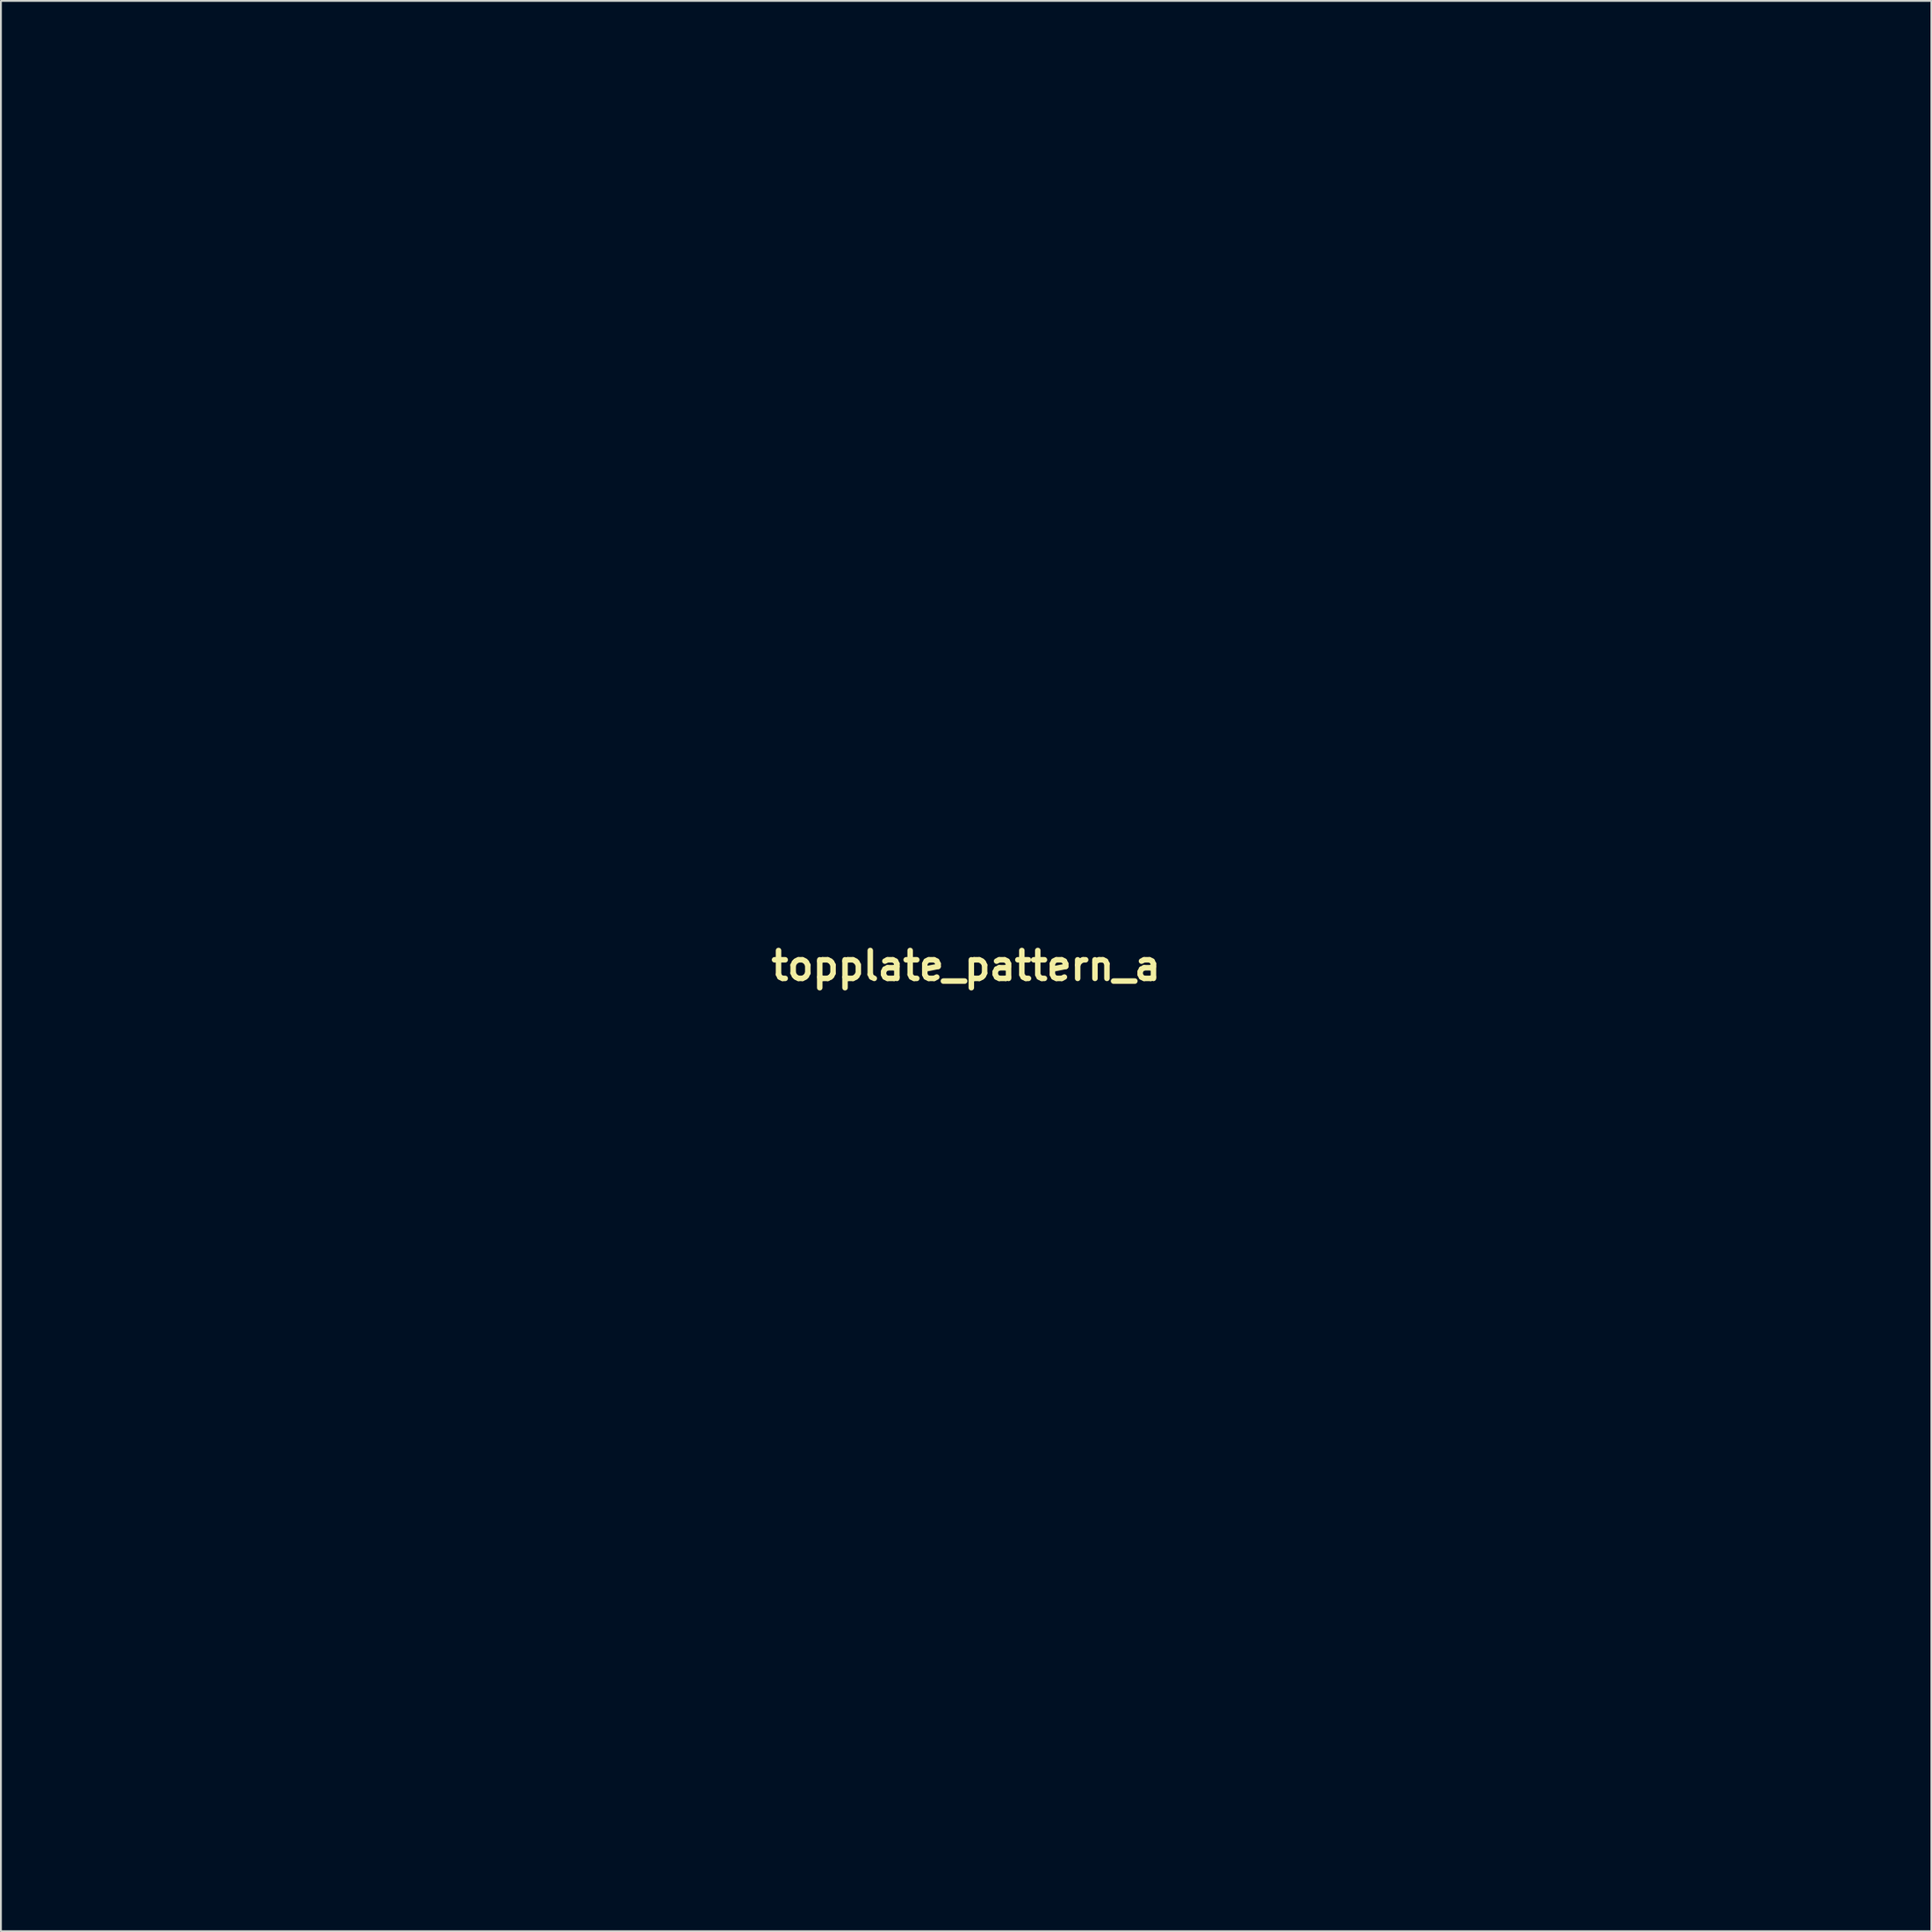
<source format=kicad_pcb>
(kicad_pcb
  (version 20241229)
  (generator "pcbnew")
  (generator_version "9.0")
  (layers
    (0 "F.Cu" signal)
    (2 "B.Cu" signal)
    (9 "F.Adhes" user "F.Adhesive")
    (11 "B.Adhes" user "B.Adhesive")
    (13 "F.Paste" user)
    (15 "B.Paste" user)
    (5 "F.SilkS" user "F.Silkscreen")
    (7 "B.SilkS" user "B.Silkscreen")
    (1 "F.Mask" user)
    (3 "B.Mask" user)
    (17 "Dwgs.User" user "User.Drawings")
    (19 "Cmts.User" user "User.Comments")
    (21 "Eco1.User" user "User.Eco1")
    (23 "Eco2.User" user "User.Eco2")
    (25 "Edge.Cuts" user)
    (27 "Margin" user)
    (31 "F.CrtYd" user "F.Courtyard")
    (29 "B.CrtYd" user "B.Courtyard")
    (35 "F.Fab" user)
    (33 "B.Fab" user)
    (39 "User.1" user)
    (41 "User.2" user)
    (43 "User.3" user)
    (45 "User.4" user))
  (footprint "topplate_pattern_a"
    (layer "F.Cu")
    (at 49.68 49.668)
    (property "Reference" "topplate_pattern_a" (at 0 0 0) (layer "F.SilkS") (effects (font (size 1.524 1.524) (thickness 0.3))))
    (attr board_only exclude_from_pos_files exclude_from_bom)
    (fp_poly (pts (xy -19.014 -6.281) (xy -19.011 -6.228) (xy -19.014 -6.207) (xy -19.02 -6.201) (xy -19.024 -6.23) (xy -19.024 -6.244) (xy -19.022 -6.283) (xy -19.016 -6.287)) (stroke (width 0) (type solid)) (fill yes) (layer "F.Mask"))
    (fp_poly (pts (xy -4.382 12.208) (xy -4.381 12.213) (xy -4.398 12.234) (xy -4.403 12.234) (xy -4.423 12.218) (xy -4.424 12.213) (xy -4.408 12.193) (xy -4.403 12.192)) (stroke (width 0) (type solid)) (fill yes) (layer "F.Mask"))
    (fp_poly (pts (xy 14.728 -22.221) (xy 14.74 -22.206) (xy 14.726 -22.173) (xy 14.684 -22.116) (xy 14.67 -22.098) (xy 14.627 -22.045) (xy 14.627 -22.135) (xy 14.628 -22.191) (xy 14.64 -22.217) (xy 14.67 -22.225) (xy 14.69 -22.225)) (stroke (width 0) (type solid)) (fill yes) (layer "F.Mask"))
    (fp_poly (pts (xy -6.933 -22.328) (xy -6.808 -22.326) (xy -6.802 -22.326) (xy -6.4 -22.32) (xy -6.438 -22.087) (xy -6.487 -21.786) (xy -6.529 -21.52) (xy -6.567 -21.283) (xy -6.6 -21.071) (xy -6.629 -20.876) (xy -6.656 -20.692) (xy -6.681 -20.514) (xy -6.705 -20.336) (xy -6.728 -20.151) (xy -6.753 -19.953) (xy -6.78 -19.737) (xy -6.795 -19.611) (xy -6.817 -19.436) (xy -6.845 -19.233) (xy -6.875 -19.015) (xy -6.908 -18.797) (xy -6.94 -18.591) (xy -6.957 -18.484) (xy -7.056 -17.886) (xy -7.825 -17.886) (xy -7.786 -18.06) (xy -7.704 -18.456) (xy -7.624 -18.889) (xy -7.548 -19.355) (xy -7.476 -19.849) (xy -7.408 -20.367) (xy -7.346 -20.903) (xy -7.29 -21.455) (xy -7.259 -21.802) (xy -7.246 -21.945) (xy -7.234 -22.074) (xy -7.224 -22.182) (xy -7.216 -22.263) (xy -7.21 -22.313) (xy -7.208 -22.326) (xy -7.186 -22.328) (xy -7.129 -22.328) (xy -7.042 -22.328)) (stroke (width 0) (type solid)) (fill yes) (layer "F.Mask"))
    (fp_poly (pts (xy -26.925 0.298) (xy -26.793 0.542) (xy -26.679 0.753) (xy -26.582 0.934) (xy -26.5 1.088) (xy -26.431 1.22) (xy -26.375 1.334) (xy -26.329 1.432) (xy -26.292 1.52) (xy -26.262 1.599) (xy -26.238 1.675) (xy -26.219 1.751) (xy -26.201 1.83) (xy -26.185 1.917) (xy -26.168 2.014) (xy -26.15 2.115) (xy -26.115 2.343) (xy -26.085 2.583) (xy -26.061 2.823) (xy -26.044 3.05) (xy -26.036 3.253) (xy -26.035 3.316) (xy -26.035 3.556) (xy -27.764 3.556) (xy -27.777 3.286) (xy -27.804 3.001) (xy -27.857 2.704) (xy -27.938 2.387) (xy -28.013 2.148) (xy -28.069 1.987) (xy -28.138 1.803) (xy -28.216 1.6) (xy -28.302 1.385) (xy -28.392 1.165) (xy -28.485 0.944) (xy -28.578 0.729) (xy -28.668 0.526) (xy -28.752 0.34) (xy -28.829 0.177) (xy -28.896 0.044) (xy -28.939 -0.035) (xy -29.079 -0.307) (xy -29.186 -0.578) (xy -29.259 -0.841) (xy -29.27 -0.889) (xy -27.568 -0.889)) (stroke (width 0) (type solid)) (fill yes) (layer "F.Mask"))
    (fp_poly (pts (xy -4.366 -6.526) (xy -4.095 -6.476) (xy -3.802 -6.41) (xy -3.502 -6.332) (xy -3.21 -6.245) (xy -2.94 -6.154) (xy -2.893 -6.136) (xy -2.428 -5.939) (xy -1.984 -5.706) (xy -1.562 -5.436) (xy -1.161 -5.13) (xy -0.781 -4.787) (xy -0.422 -4.407) (xy -0.339 -4.311) (xy -0.254 -4.208) (xy -0.173 -4.108) (xy -0.103 -4.017) (xy -0.05 -3.945) (xy -0.025 -3.908) (xy 0.043 -3.797) (xy 0.032 -2.146) (xy -0.212 -2.431) (xy -0.309 -2.544) (xy -0.424 -2.677) (xy -0.547 -2.817) (xy -0.665 -2.951) (xy -0.742 -3.038) (xy -0.853 -3.164) (xy -0.977 -3.306) (xy -1.102 -3.45) (xy -1.217 -3.585) (xy -1.285 -3.665) (xy -1.472 -3.879) (xy -1.658 -4.078) (xy -1.839 -4.255) (xy -2.007 -4.405) (xy -2.074 -4.459) (xy -2.34 -4.65) (xy -2.641 -4.837) (xy -2.969 -5.015) (xy -3.317 -5.181) (xy -3.679 -5.332) (xy -4.045 -5.463) (xy -4.249 -5.526) (xy -4.424 -5.577) (xy -4.424 -6.056) (xy -4.424 -6.535)) (stroke (width 0) (type solid)) (fill yes) (layer "F.Mask"))
    (fp_poly (pts (xy 47.485 45.318) (xy 47.845 45.318) (xy 48.165 45.319) (xy 48.447 45.319) (xy 48.693 45.32) (xy 48.905 45.321) (xy 49.086 45.323) (xy 49.236 45.325) (xy 49.36 45.327) (xy 49.457 45.33) (xy 49.532 45.333) (xy 49.585 45.337) (xy 49.619 45.341) (xy 49.636 45.345) (xy 49.689 45.372) (xy 49.689 49.689) (xy 47.514 49.694) (xy 45.34 49.7) (xy 45.328 49.652) (xy 45.327 49.624) (xy 45.325 49.557) (xy 45.324 49.454) (xy 45.323 49.317) (xy 45.322 49.15) (xy 45.322 48.954) (xy 45.321 48.734) (xy 45.321 48.492) (xy 45.321 48.232) (xy 45.321 47.955) (xy 45.322 47.665) (xy 45.322 47.496) (xy 45.324 47.142) (xy 45.325 46.828) (xy 45.326 46.552) (xy 45.327 46.312) (xy 45.329 46.104) (xy 45.331 45.928) (xy 45.333 45.78) (xy 45.335 45.658) (xy 45.338 45.561) (xy 45.341 45.485) (xy 45.344 45.428) (xy 45.348 45.389) (xy 45.353 45.365) (xy 45.357 45.353) (xy 45.357 45.353) (xy 45.365 45.347) (xy 45.378 45.342) (xy 45.4 45.337) (xy 45.433 45.334) (xy 45.479 45.33) (xy 45.541 45.327) (xy 45.621 45.325) (xy 45.722 45.323) (xy 45.847 45.322) (xy 45.997 45.32) (xy 46.175 45.319) (xy 46.384 45.319) (xy 46.626 45.318) (xy 46.904 45.318) (xy 47.22 45.318)) (stroke (width 0) (type solid)) (fill yes) (layer "F.Mask"))
    (fp_poly (pts (xy 15.252 10.849) (xy 15.399 10.869) (xy 15.465 10.88) (xy 15.808 10.952) (xy 16.118 11.047) (xy 16.399 11.166) (xy 16.656 11.311) (xy 16.879 11.473) (xy 16.954 11.54) (xy 17.048 11.636) (xy 17.157 11.755) (xy 17.276 11.891) (xy 17.4 12.038) (xy 17.524 12.19) (xy 17.642 12.342) (xy 17.729 12.46) (xy 17.812 12.577) (xy 17.906 12.717) (xy 18.001 12.865) (xy 18.089 13.005) (xy 18.122 13.06) (xy 18.234 13.238) (xy 18.342 13.39) (xy 18.456 13.523) (xy 18.581 13.644) (xy 18.726 13.76) (xy 18.897 13.879) (xy 19.059 13.981) (xy 19.07 13.991) (xy 19.079 14.012) (xy 19.084 14.047) (xy 19.088 14.101) (xy 19.09 14.182) (xy 19.09 14.292) (xy 19.088 14.438) (xy 19.088 14.485) (xy 19.082 14.968) (xy 18.859 14.834) (xy 18.442 14.563) (xy 18.059 14.27) (xy 17.706 13.951) (xy 17.379 13.603) (xy 17.074 13.222) (xy 16.864 12.922) (xy 16.799 12.822) (xy 16.737 12.725) (xy 16.686 12.641) (xy 16.652 12.581) (xy 16.647 12.571) (xy 16.574 12.463) (xy 16.471 12.369) (xy 16.332 12.284) (xy 16.294 12.265) (xy 16.161 12.212) (xy 16.02 12.176) (xy 15.861 12.157) (xy 15.676 12.153) (xy 15.58 12.155) (xy 15.373 12.17) (xy 15.191 12.196) (xy 15.018 12.238) (xy 14.836 12.298) (xy 14.816 12.305) (xy 14.626 12.377) (xy 14.626 10.93) (xy 14.804 10.884) (xy 14.918 10.858) (xy 15.023 10.843) (xy 15.131 10.84)) (stroke (width 0) (type solid)) (fill yes) (layer "F.Mask"))
    (fp_poly (pts (xy -19.973 -18.066) (xy -19.921 -18.048) (xy -19.845 -18.019) (xy -19.753 -17.983) (xy -19.749 -17.981) (xy -19.63 -17.935) (xy -19.489 -17.884) (xy -19.345 -17.834) (xy -19.237 -17.798) (xy -19.118 -17.759) (xy -19.038 -17.729) (xy -18.994 -17.707) (xy -18.983 -17.691) (xy -18.985 -17.688) (xy -18.992 -17.661) (xy -18.998 -17.593) (xy -19.002 -17.484) (xy -19.005 -17.334) (xy -19.007 -17.142) (xy -19.008 -16.929) (xy -19.008 -16.192) (xy -19.532 -16.196) (xy -19.681 -16.197) (xy -19.819 -16.199) (xy -19.941 -16.201) (xy -20.038 -16.203) (xy -20.105 -16.205) (xy -20.13 -16.207) (xy -20.313 -16.23) (xy -20.517 -16.263) (xy -20.721 -16.302) (xy -20.901 -16.342) (xy -21.022 -16.373) (xy -21.104 -16.395) (xy -21.15 -16.411) (xy -21.163 -16.42) (xy -21.144 -16.425) (xy -21.123 -16.425) (xy -21.08 -16.431) (xy -21.009 -16.447) (xy -20.923 -16.469) (xy -20.881 -16.481) (xy -20.787 -16.51) (xy -20.71 -16.542) (xy -20.637 -16.583) (xy -20.553 -16.641) (xy -20.497 -16.683) (xy -20.412 -16.751) (xy -20.334 -16.819) (xy -20.274 -16.879) (xy -20.245 -16.913) (xy -20.208 -16.962) (xy -20.18 -16.992) (xy -20.172 -16.997) (xy -20.153 -17.016) (xy -20.126 -17.067) (xy -20.093 -17.142) (xy -20.059 -17.232) (xy -20.026 -17.33) (xy -20.001 -17.413) (xy -19.981 -17.493) (xy -19.969 -17.558) (xy -19.964 -17.622) (xy -19.966 -17.697) (xy -19.974 -17.798) (xy -19.977 -17.826) (xy -19.985 -17.921) (xy -19.991 -18) (xy -19.994 -18.053) (xy -19.994 -18.071)) (stroke (width 0) (type solid)) (fill yes) (layer "F.Mask"))
    (fp_poly (pts (xy 47.856 -49.668) (xy 48.171 -49.667) (xy 48.448 -49.667) (xy 48.69 -49.666) (xy 48.899 -49.665) (xy 49.077 -49.664) (xy 49.226 -49.662) (xy 49.349 -49.66) (xy 49.448 -49.658) (xy 49.525 -49.655) (xy 49.583 -49.652) (xy 49.624 -49.648) (xy 49.65 -49.644) (xy 49.663 -49.639) (xy 49.664 -49.638) (xy 49.67 -49.631) (xy 49.675 -49.618) (xy 49.68 -49.597) (xy 49.683 -49.565) (xy 49.687 -49.52) (xy 49.689 -49.46) (xy 49.692 -49.381) (xy 49.693 -49.282) (xy 49.695 -49.16) (xy 49.695 -49.013) (xy 49.696 -48.838) (xy 49.696 -48.634) (xy 49.696 -48.396) (xy 49.696 -48.124) (xy 49.695 -47.814) (xy 49.694 -47.464) (xy 49.694 -47.458) (xy 49.689 -45.307) (xy 47.529 -45.302) (xy 47.161 -45.301) (xy 46.833 -45.301) (xy 46.543 -45.3) (xy 46.29 -45.301) (xy 46.072 -45.301) (xy 45.887 -45.302) (xy 45.732 -45.304) (xy 45.606 -45.306) (xy 45.507 -45.308) (xy 45.434 -45.311) (xy 45.383 -45.315) (xy 45.353 -45.318) (xy 45.343 -45.322) (xy 45.339 -45.347) (xy 45.335 -45.411) (xy 45.331 -45.511) (xy 45.328 -45.642) (xy 45.325 -45.802) (xy 45.322 -45.987) (xy 45.32 -46.193) (xy 45.319 -46.417) (xy 45.317 -46.656) (xy 45.316 -46.906) (xy 45.316 -47.163) (xy 45.316 -47.425) (xy 45.316 -47.686) (xy 45.317 -47.945) (xy 45.318 -48.198) (xy 45.319 -48.441) (xy 45.321 -48.67) (xy 45.323 -48.883) (xy 45.326 -49.076) (xy 45.329 -49.244) (xy 45.332 -49.386) (xy 45.336 -49.496) (xy 45.34 -49.573) (xy 45.344 -49.611) (xy 45.345 -49.615) (xy 45.372 -49.668) (xy 47.501 -49.668)) (stroke (width 0) (type solid)) (fill yes) (layer "F.Mask"))
    (fp_poly (pts (xy 3.8 -0.82) (xy 3.773 -0.702) (xy 3.736 -0.563) (xy 3.691 -0.409) (xy 3.64 -0.247) (xy 3.587 -0.083) (xy 3.532 0.075) (xy 3.478 0.221) (xy 3.427 0.349) (xy 3.382 0.451) (xy 3.346 0.523) (xy 3.333 0.541) (xy 3.3 0.577) (xy 3.258 0.603) (xy 3.194 0.624) (xy 3.124 0.64) (xy 2.908 0.706) (xy 2.722 0.801) (xy 2.566 0.926) (xy 2.44 1.08) (xy 2.345 1.262) (xy 2.297 1.41) (xy 2.275 1.523) (xy 2.259 1.66) (xy 2.251 1.808) (xy 2.25 1.951) (xy 2.257 2.074) (xy 2.263 2.117) (xy 2.289 2.325) (xy 2.302 2.561) (xy 2.3 2.813) (xy 2.286 3.07) (xy 2.258 3.32) (xy 2.241 3.424) (xy 2.218 3.556) (xy 0.23 3.556) (xy 0.147 3.625) (xy 0.099 3.67) (xy 0.069 3.71) (xy 0.064 3.725) (xy 0.052 3.772) (xy 0.044 3.786) (xy 0.029 3.79) (xy 0.008 3.759) (xy -0.021 3.691) (xy -0.056 3.566) (xy -0.076 3.418) (xy -0.078 3.387) (xy -0.088 3.207) (xy 0.086 2.963) (xy 0.197 2.813) (xy 0.297 2.693) (xy 0.393 2.593) (xy 0.484 2.514) (xy 0.518 2.473) (xy 0.529 2.438) (xy 0.542 2.409) (xy 0.578 2.354) (xy 0.632 2.28) (xy 0.7 2.192) (xy 0.753 2.125) (xy 0.872 1.979) (xy 0.966 1.863) (xy 1.037 1.773) (xy 1.087 1.706) (xy 1.119 1.66) (xy 1.136 1.632) (xy 1.138 1.618) (xy 1.137 1.617) (xy 1.142 1.595) (xy 1.167 1.551) (xy 1.192 1.516) (xy 1.239 1.443) (xy 1.278 1.362) (xy 1.288 1.333) (xy 1.419 0.93) (xy 1.56 0.561) (xy 1.714 0.219) (xy 1.885 -0.104) (xy 2.077 -0.414) (xy 2.281 -0.703) (xy 2.42 -0.889) (xy 3.813 -0.889)) (stroke (width 0) (type solid)) (fill yes) (layer "F.Mask"))
    (fp_poly (pts (xy -47.14 -49.668) (xy -46.825 -49.667) (xy -46.547 -49.667) (xy -46.305 -49.666) (xy -46.097 -49.665) (xy -45.919 -49.664) (xy -45.769 -49.662) (xy -45.646 -49.66) (xy -45.547 -49.658) (xy -45.47 -49.655) (xy -45.412 -49.652) (xy -45.372 -49.648) (xy -45.346 -49.644) (xy -45.333 -49.639) (xy -45.332 -49.639) (xy -45.326 -49.631) (xy -45.321 -49.618) (xy -45.316 -49.596) (xy -45.312 -49.564) (xy -45.309 -49.517) (xy -45.306 -49.456) (xy -45.304 -49.375) (xy -45.302 -49.274) (xy -45.3 -49.15) (xy -45.299 -49.001) (xy -45.298 -48.823) (xy -45.298 -48.615) (xy -45.297 -48.373) (xy -45.297 -48.097) (xy -45.297 -47.782) (xy -45.297 -47.494) (xy -45.297 -47.09) (xy -45.298 -46.728) (xy -45.299 -46.409) (xy -45.3 -46.131) (xy -45.302 -45.895) (xy -45.305 -45.701) (xy -45.307 -45.548) (xy -45.311 -45.437) (xy -45.314 -45.367) (xy -45.319 -45.338) (xy -45.319 -45.338) (xy -45.323 -45.331) (xy -45.33 -45.325) (xy -45.343 -45.32) (xy -45.364 -45.315) (xy -45.395 -45.312) (xy -45.439 -45.308) (xy -45.498 -45.305) (xy -45.575 -45.303) (xy -45.671 -45.301) (xy -45.791 -45.3) (xy -45.935 -45.299) (xy -46.107 -45.298) (xy -46.309 -45.297) (xy -46.543 -45.297) (xy -46.812 -45.297) (xy -47.119 -45.297) (xy -47.465 -45.297) (xy -47.485 -45.297) (xy -49.629 -45.297) (xy -49.654 -45.351) (xy -49.658 -45.381) (xy -49.662 -45.451) (xy -49.666 -45.555) (xy -49.669 -45.692) (xy -49.672 -45.856) (xy -49.674 -46.045) (xy -49.676 -46.255) (xy -49.678 -46.483) (xy -49.679 -46.724) (xy -49.68 -46.976) (xy -49.68 -47.235) (xy -49.68 -47.497) (xy -49.68 -47.758) (xy -49.679 -48.017) (xy -49.678 -48.268) (xy -49.676 -48.508) (xy -49.674 -48.733) (xy -49.672 -48.941) (xy -49.669 -49.128) (xy -49.666 -49.289) (xy -49.663 -49.422) (xy -49.659 -49.523) (xy -49.655 -49.589) (xy -49.651 -49.615) (xy -49.624 -49.668) (xy -47.495 -49.668)) (stroke (width 0) (type solid)) (fill yes) (layer "F.Mask"))
    (fp_poly (pts (xy -47.14 45.328) (xy -46.825 45.329) (xy -46.547 45.329) (xy -46.305 45.33) (xy -46.097 45.331) (xy -45.919 45.332) (xy -45.769 45.334) (xy -45.646 45.336) (xy -45.547 45.338) (xy -45.47 45.341) (xy -45.412 45.344) (xy -45.372 45.348) (xy -45.346 45.352) (xy -45.333 45.357) (xy -45.332 45.357) (xy -45.326 45.365) (xy -45.321 45.378) (xy -45.316 45.4) (xy -45.312 45.432) (xy -45.309 45.479) (xy -45.306 45.54) (xy -45.304 45.621) (xy -45.302 45.722) (xy -45.3 45.846) (xy -45.299 45.995) (xy -45.298 46.173) (xy -45.298 46.381) (xy -45.297 46.623) (xy -45.297 46.899) (xy -45.297 47.214) (xy -45.297 47.502) (xy -45.297 47.906) (xy -45.298 48.268) (xy -45.299 48.587) (xy -45.3 48.865) (xy -45.302 49.101) (xy -45.305 49.295) (xy -45.307 49.448) (xy -45.311 49.559) (xy -45.314 49.629) (xy -45.319 49.658) (xy -45.319 49.658) (xy -45.323 49.665) (xy -45.33 49.671) (xy -45.343 49.676) (xy -45.364 49.681) (xy -45.395 49.684) (xy -45.439 49.688) (xy -45.498 49.691) (xy -45.574 49.693) (xy -45.671 49.695) (xy -45.79 49.696) (xy -45.935 49.697) (xy -46.106 49.698) (xy -46.308 49.699) (xy -46.542 49.699) (xy -46.811 49.699) (xy -47.117 49.699) (xy -47.463 49.699) (xy -47.489 49.699) (xy -49.637 49.699) (xy -49.658 49.645) (xy -49.662 49.614) (xy -49.665 49.543) (xy -49.668 49.438) (xy -49.671 49.302) (xy -49.673 49.137) (xy -49.675 48.948) (xy -49.677 48.738) (xy -49.678 48.51) (xy -49.679 48.269) (xy -49.679 48.017) (xy -49.68 47.759) (xy -49.679 47.497) (xy -49.679 47.235) (xy -49.678 46.977) (xy -49.676 46.727) (xy -49.675 46.487) (xy -49.673 46.261) (xy -49.671 46.054) (xy -49.668 45.868) (xy -49.665 45.706) (xy -49.662 45.573) (xy -49.658 45.473) (xy -49.655 45.407) (xy -49.651 45.381) (xy -49.624 45.328) (xy -47.495 45.328)) (stroke (width 0) (type solid)) (fill yes) (layer "F.Mask"))
    (fp_poly (pts (xy -13.525 15.891) (xy -13.443 16.118) (xy -13.357 16.37) (xy -13.27 16.639) (xy -13.185 16.915) (xy -13.105 17.19) (xy -13.032 17.453) (xy -12.968 17.697) (xy -12.917 17.912) (xy -12.912 17.939) (xy -12.878 18.094) (xy -12.849 18.215) (xy -12.823 18.307) (xy -12.798 18.378) (xy -12.769 18.434) (xy -12.736 18.482) (xy -12.694 18.527) (xy -12.658 18.563) (xy -12.573 18.65) (xy -12.505 18.733) (xy -12.45 18.821) (xy -12.403 18.923) (xy -12.359 19.047) (xy -12.314 19.203) (xy -12.307 19.229) (xy -12.284 19.319) (xy -12.271 19.377) (xy -12.269 19.414) (xy -12.277 19.438) (xy -12.291 19.456) (xy -12.347 19.487) (xy -12.414 19.494) (xy -12.48 19.484) (xy -12.546 19.452) (xy -12.616 19.393) (xy -12.694 19.305) (xy -12.783 19.184) (xy -12.839 19.101) (xy -12.931 18.957) (xy -13.002 18.836) (xy -13.058 18.726) (xy -13.103 18.615) (xy -13.143 18.494) (xy -13.154 18.458) (xy -13.181 18.373) (xy -13.21 18.3) (xy -13.235 18.252) (xy -13.241 18.244) (xy -13.296 18.207) (xy -13.352 18.21) (xy -13.402 18.252) (xy -13.414 18.272) (xy -13.423 18.291) (xy -13.43 18.315) (xy -13.436 18.348) (xy -13.441 18.393) (xy -13.444 18.455) (xy -13.447 18.538) (xy -13.448 18.645) (xy -13.448 18.781) (xy -13.448 18.949) (xy -13.448 19.153) (xy -13.447 19.278) (xy -13.442 20.214) (xy -14.768 20.214) (xy -14.782 20.084) (xy -14.79 19.968) (xy -14.794 19.821) (xy -14.795 19.653) (xy -14.793 19.476) (xy -14.787 19.301) (xy -14.778 19.138) (xy -14.766 18.998) (xy -14.764 18.976) (xy -14.723 18.682) (xy -14.671 18.403) (xy -14.604 18.127) (xy -14.52 17.845) (xy -14.415 17.544) (xy -14.35 17.373) (xy -14.199 16.987) (xy -14.224 16.86) (xy -14.255 16.725) (xy -14.299 16.565) (xy -14.351 16.39) (xy -14.409 16.216) (xy -14.468 16.053) (xy -14.485 16.007) (xy -14.579 15.769) (xy -13.571 15.769)) (stroke (width 0) (type solid)) (fill yes) (layer "F.Mask"))
    (fp_poly (pts (xy 8.054 1.43) (xy 8.242 1.434) (xy 8.401 1.44) (xy 8.538 1.451) (xy 8.66 1.466) (xy 8.775 1.488) (xy 8.889 1.515) (xy 9.008 1.55) (xy 9.095 1.578) (xy 9.245 1.633) (xy 9.408 1.702) (xy 9.569 1.779) (xy 9.713 1.856) (xy 9.788 1.901) (xy 10.065 2.102) (xy 10.323 2.337) (xy 10.556 2.599) (xy 10.758 2.881) (xy 10.902 3.136) (xy 10.947 3.228) (xy 10.99 3.324) (xy 11.027 3.412) (xy 11.055 3.485) (xy 11.069 3.532) (xy 11.07 3.54) (xy 11.05 3.544) (xy 10.992 3.548) (xy 10.902 3.551) (xy 10.786 3.553) (xy 10.647 3.555) (xy 10.491 3.556) (xy 10.408 3.556) (xy 9.747 3.556) (xy 9.632 3.381) (xy 9.533 3.244) (xy 9.415 3.106) (xy 9.288 2.977) (xy 9.159 2.862) (xy 9.037 2.772) (xy 8.953 2.723) (xy 8.858 2.68) (xy 8.764 2.645) (xy 8.665 2.619) (xy 8.554 2.599) (xy 8.422 2.585) (xy 8.263 2.575) (xy 8.069 2.568) (xy 8.054 2.568) (xy 7.811 2.564) (xy 7.603 2.567) (xy 7.423 2.579) (xy 7.266 2.6) (xy 7.124 2.632) (xy 6.991 2.675) (xy 6.86 2.731) (xy 6.767 2.777) (xy 6.652 2.852) (xy 6.528 2.956) (xy 6.404 3.08) (xy 6.289 3.215) (xy 6.192 3.352) (xy 6.181 3.371) (xy 6.068 3.556) (xy 4.761 3.556) (xy 4.877 3.328) (xy 5.064 2.997) (xy 5.279 2.673) (xy 5.514 2.368) (xy 5.761 2.093) (xy 5.77 2.084) (xy 5.888 1.968) (xy 6.001 1.862) (xy 6.105 1.773) (xy 6.194 1.701) (xy 6.266 1.653) (xy 6.314 1.631) (xy 6.321 1.63) (xy 6.36 1.623) (xy 6.371 1.612) (xy 6.391 1.597) (xy 6.444 1.577) (xy 6.522 1.555) (xy 6.618 1.532) (xy 6.723 1.511) (xy 6.773 1.502) (xy 6.872 1.486) (xy 6.983 1.467) (xy 7.059 1.455) (xy 7.127 1.447) (xy 7.233 1.441) (xy 7.37 1.436) (xy 7.534 1.432) (xy 7.719 1.43) (xy 7.832 1.43)) (stroke (width 0) (type solid)) (fill yes) (layer "F.Mask"))
    (fp_poly (pts (xy 9.567 19.041) (xy 9.765 19.042) (xy 9.926 19.044) (xy 10.057 19.05) (xy 10.163 19.06) (xy 10.25 19.075) (xy 10.324 19.095) (xy 10.391 19.123) (xy 10.456 19.159) (xy 10.527 19.204) (xy 10.541 19.214) (xy 10.776 19.398) (xy 10.987 19.615) (xy 11.172 19.859) (xy 11.33 20.128) (xy 11.459 20.418) (xy 11.557 20.724) (xy 11.623 21.043) (xy 11.656 21.371) (xy 11.653 21.704) (xy 11.644 21.815) (xy 11.634 21.935) (xy 11.625 22.078) (xy 11.62 22.224) (xy 11.618 22.328) (xy 11.615 22.606) (xy 10.814 22.606) (xy 10.83 22.177) (xy 10.836 22.013) (xy 10.84 21.831) (xy 10.844 21.648) (xy 10.847 21.479) (xy 10.847 21.378) (xy 10.848 21.008) (xy 10.766 20.845) (xy 10.647 20.651) (xy 10.493 20.48) (xy 10.309 20.333) (xy 10.101 20.215) (xy 9.97 20.162) (xy 9.854 20.127) (xy 9.712 20.093) (xy 9.558 20.064) (xy 9.407 20.04) (xy 9.273 20.027) (xy 9.199 20.024) (xy 9.029 20.038) (xy 8.874 20.081) (xy 8.729 20.156) (xy 8.59 20.266) (xy 8.455 20.413) (xy 8.319 20.6) (xy 8.317 20.602) (xy 8.22 20.752) (xy 8.134 20.898) (xy 8.055 21.047) (xy 7.98 21.205) (xy 7.906 21.381) (xy 7.83 21.579) (xy 7.748 21.807) (xy 7.689 21.982) (xy 7.482 22.595) (xy 6.895 22.601) (xy 6.742 22.602) (xy 6.604 22.602) (xy 6.487 22.6) (xy 6.394 22.598) (xy 6.333 22.595) (xy 6.308 22.591) (xy 6.308 22.59) (xy 6.313 22.562) (xy 6.328 22.5) (xy 6.351 22.408) (xy 6.38 22.294) (xy 6.415 22.163) (xy 6.452 22.021) (xy 6.491 21.874) (xy 6.53 21.729) (xy 6.567 21.591) (xy 6.602 21.466) (xy 6.632 21.361) (xy 6.636 21.347) (xy 6.75 20.994) (xy 6.879 20.678) (xy 7.027 20.395) (xy 7.195 20.141) (xy 7.387 19.911) (xy 7.604 19.703) (xy 7.84 19.519) (xy 8.087 19.362) (xy 8.347 19.237) (xy 8.628 19.139) (xy 8.826 19.089) (xy 8.901 19.073) (xy 8.969 19.061) (xy 9.039 19.052) (xy 9.117 19.046) (xy 9.211 19.043) (xy 9.329 19.041) (xy 9.477 19.04)) (stroke (width 0) (type solid)) (fill yes) (layer "F.Mask"))
    (fp_poly (pts (xy -2.462 -22.302) (xy -2.458 -22.275) (xy -2.462 -22.226) (xy -2.463 -22.221) (xy -2.484 -22.176) (xy -2.536 -22.104) (xy -2.615 -22.006) (xy -2.723 -21.883) (xy -2.857 -21.737) (xy -3.015 -21.568) (xy -3.198 -21.379) (xy -3.404 -21.169) (xy -3.631 -20.941) (xy -3.878 -20.696) (xy -4.144 -20.436) (xy -4.416 -20.172) (xy -4.569 -20.021) (xy -4.695 -19.891) (xy -4.799 -19.774) (xy -4.884 -19.665) (xy -4.958 -19.558) (xy -5.024 -19.445) (xy -5.08 -19.336) (xy -5.169 -19.132) (xy -5.225 -18.945) (xy -5.248 -18.769) (xy -5.24 -18.595) (xy -5.201 -18.417) (xy -5.185 -18.365) (xy -5.146 -18.261) (xy -5.102 -18.153) (xy -5.059 -18.06) (xy -5.047 -18.039) (xy -5.011 -17.972) (xy -4.985 -17.921) (xy -4.974 -17.896) (xy -4.974 -17.896) (xy -4.994 -17.893) (xy -5.051 -17.891) (xy -5.138 -17.889) (xy -5.25 -17.887) (xy -5.381 -17.887) (xy -5.466 -17.886) (xy -5.958 -17.887) (xy -6.059 -18.004) (xy -6.124 -18.087) (xy -6.156 -18.144) (xy -6.154 -18.175) (xy -6.119 -18.18) (xy -6.05 -18.16) (xy -5.947 -18.115) (xy -5.87 -18.075) (xy -5.77 -18.025) (xy -5.697 -17.993) (xy -5.641 -17.978) (xy -5.593 -17.974) (xy -5.581 -17.975) (xy -5.496 -17.981) (xy -5.493 -18.383) (xy -5.491 -18.528) (xy -5.489 -18.64) (xy -5.484 -18.727) (xy -5.476 -18.799) (xy -5.464 -18.864) (xy -5.448 -18.932) (xy -5.433 -18.986) (xy -5.398 -19.091) (xy -5.351 -19.215) (xy -5.298 -19.341) (xy -5.259 -19.426) (xy -5.218 -19.508) (xy -5.178 -19.579) (xy -5.135 -19.648) (xy -5.084 -19.719) (xy -5.02 -19.801) (xy -4.938 -19.901) (xy -4.833 -20.023) (xy -4.819 -20.04) (xy -4.701 -20.177) (xy -4.568 -20.335) (xy -4.428 -20.5) (xy -4.294 -20.66) (xy -4.176 -20.802) (xy -4.172 -20.807) (xy -4.073 -20.928) (xy -3.974 -21.047) (xy -3.881 -21.159) (xy -3.802 -21.256) (xy -3.74 -21.33) (xy -3.721 -21.353) (xy -3.586 -21.503) (xy -3.426 -21.659) (xy -3.254 -21.812) (xy -3.08 -21.95) (xy -3.035 -21.983) (xy -2.949 -22.041) (xy -2.853 -22.102) (xy -2.755 -22.162) (xy -2.66 -22.215) (xy -2.577 -22.259) (xy -2.511 -22.29) (xy -2.471 -22.303)) (stroke (width 0) (type solid)) (fill yes) (layer "F.Mask"))
    (fp_poly (pts (xy 14.669 15.251) (xy 14.734 15.319) (xy 14.814 15.415) (xy 14.904 15.533) (xy 14.996 15.664) (xy 15.086 15.801) (xy 15.093 15.812) (xy 15.169 15.929) (xy 15.259 16.062) (xy 15.352 16.194) (xy 15.424 16.293) (xy 15.494 16.389) (xy 15.558 16.484) (xy 15.609 16.567) (xy 15.641 16.629) (xy 15.644 16.637) (xy 15.683 16.769) (xy 15.714 16.933) (xy 15.736 17.12) (xy 15.749 17.322) (xy 15.753 17.529) (xy 15.746 17.731) (xy 15.73 17.921) (xy 15.718 18.002) (xy 15.632 18.397) (xy 15.506 18.787) (xy 15.339 19.167) (xy 15.308 19.229) (xy 15.239 19.351) (xy 15.163 19.455) (xy 15.068 19.56) (xy 15.049 19.578) (xy 14.881 19.762) (xy 14.746 19.952) (xy 14.636 20.159) (xy 14.544 20.395) (xy 14.543 20.4) (xy 14.508 20.511) (xy 14.479 20.616) (xy 14.457 20.72) (xy 14.439 20.83) (xy 14.427 20.952) (xy 14.419 21.091) (xy 14.414 21.255) (xy 14.412 21.448) (xy 14.412 21.677) (xy 14.412 21.696) (xy 14.413 21.868) (xy 14.412 22.031) (xy 14.411 22.18) (xy 14.409 22.308) (xy 14.407 22.408) (xy 14.404 22.475) (xy 14.402 22.495) (xy 14.388 22.606) (xy 13.638 22.606) (xy 13.624 22.294) (xy 13.617 22.163) (xy 13.606 22.027) (xy 13.594 21.902) (xy 13.581 21.803) (xy 13.579 21.791) (xy 13.56 21.647) (xy 13.546 21.473) (xy 13.536 21.282) (xy 13.53 21.085) (xy 13.53 20.895) (xy 13.536 20.723) (xy 13.546 20.594) (xy 13.59 20.309) (xy 13.657 20.026) (xy 13.744 19.761) (xy 13.779 19.674) (xy 13.844 19.527) (xy 13.923 19.355) (xy 14.013 19.166) (xy 14.107 18.974) (xy 14.201 18.786) (xy 14.289 18.615) (xy 14.367 18.47) (xy 14.38 18.447) (xy 14.434 18.348) (xy 14.481 18.257) (xy 14.515 18.183) (xy 14.534 18.135) (xy 14.536 18.129) (xy 14.548 18.081) (xy 14.561 18.055) (xy 14.574 18.042) (xy 14.585 18.025) (xy 14.595 17.999) (xy 14.603 17.963) (xy 14.609 17.912) (xy 14.615 17.845) (xy 14.619 17.757) (xy 14.622 17.646) (xy 14.624 17.509) (xy 14.625 17.342) (xy 14.626 17.143) (xy 14.627 16.909) (xy 14.627 16.636) (xy 14.626 16.568) (xy 14.626 15.212)) (stroke (width 0) (type solid)) (fill yes) (layer "F.Mask"))
    (fp_poly (pts (xy 24.849 1.531) (xy 24.759 1.586) (xy 24.644 1.651) (xy 24.512 1.719) (xy 24.374 1.787) (xy 24.238 1.851) (xy 24.116 1.904) (xy 24.015 1.943) (xy 23.974 1.957) (xy 23.89 1.979) (xy 23.815 1.995) (xy 23.737 2.004) (xy 23.644 2.009) (xy 23.524 2.011) (xy 23.483 2.011) (xy 23.232 2.001) (xy 23.003 1.972) (xy 22.8 1.924) (xy 22.629 1.859) (xy 22.508 1.789) (xy 22.382 1.706) (xy 22.271 1.65) (xy 22.161 1.615) (xy 22.036 1.596) (xy 21.971 1.592) (xy 21.78 1.595) (xy 21.613 1.625) (xy 21.461 1.684) (xy 21.442 1.694) (xy 21.377 1.723) (xy 21.316 1.744) (xy 21.31 1.745) (xy 21.264 1.77) (xy 21.219 1.827) (xy 21.175 1.917) (xy 21.129 2.045) (xy 21.084 2.204) (xy 21.02 2.491) (xy 20.978 2.791) (xy 20.958 3.11) (xy 20.959 3.454) (xy 20.979 3.811) (xy 20.991 4.042) (xy 20.988 4.237) (xy 20.968 4.398) (xy 20.93 4.528) (xy 20.876 4.631) (xy 20.843 4.673) (xy 20.822 4.693) (xy 20.796 4.706) (xy 20.758 4.714) (xy 20.699 4.718) (xy 20.611 4.72) (xy 20.54 4.72) (xy 20.425 4.719) (xy 20.344 4.715) (xy 20.292 4.708) (xy 20.26 4.696) (xy 20.247 4.687) (xy 20.206 4.616) (xy 20.195 4.517) (xy 20.199 4.462) (xy 20.22 4.389) (xy 20.268 4.319) (xy 20.296 4.289) (xy 20.354 4.22) (xy 20.405 4.143) (xy 20.423 4.106) (xy 20.438 4.061) (xy 20.459 3.981) (xy 20.484 3.871) (xy 20.513 3.738) (xy 20.544 3.589) (xy 20.576 3.428) (xy 20.584 3.387) (xy 20.641 3.09) (xy 20.694 2.826) (xy 20.743 2.595) (xy 20.787 2.401) (xy 20.826 2.244) (xy 20.858 2.133) (xy 20.875 2.073) (xy 20.879 2.043) (xy 20.867 2.033) (xy 20.852 2.032) (xy 20.798 2.039) (xy 20.714 2.059) (xy 20.608 2.089) (xy 20.489 2.126) (xy 20.366 2.169) (xy 20.316 2.187) (xy 20.19 2.23) (xy 20.086 2.256) (xy 20.006 2.265) (xy 19.956 2.256) (xy 19.939 2.232) (xy 19.955 2.184) (xy 19.998 2.115) (xy 20.065 2.03) (xy 20.151 1.932) (xy 20.251 1.829) (xy 20.36 1.724) (xy 20.475 1.623) (xy 20.499 1.603) (xy 20.646 1.482) (xy 24.923 1.482)) (stroke (width 0) (type solid)) (fill yes) (layer "F.Mask"))
    (fp_poly (pts (xy -4.204 2.796) (xy -3.895 2.894) (xy -3.611 3.013) (xy -3.479 3.079) (xy -3.393 3.129) (xy -3.278 3.203) (xy -3.137 3.299) (xy -2.973 3.415) (xy -2.791 3.547) (xy -2.593 3.694) (xy -2.383 3.852) (xy -2.165 4.02) (xy -2.09 4.078) (xy -1.931 4.201) (xy -1.798 4.299) (xy -1.684 4.377) (xy -1.585 4.436) (xy -1.495 4.481) (xy -1.406 4.516) (xy -1.314 4.542) (xy -1.239 4.559) (xy -1.112 4.578) (xy -0.955 4.59) (xy -0.781 4.594) (xy -0.6 4.592) (xy -0.426 4.583) (xy -0.27 4.568) (xy -0.169 4.551) (xy -0.083 4.533) (xy -0.014 4.519) (xy 0.028 4.51) (xy 0.037 4.509) (xy 0.038 4.529) (xy 0.04 4.587) (xy 0.041 4.676) (xy 0.041 4.793) (xy 0.042 4.932) (xy 0.042 5.087) (xy 0.042 5.165) (xy 0.042 5.821) (xy -0.147 5.821) (xy -0.263 5.817) (xy -0.375 5.807) (xy -0.472 5.792) (xy -0.546 5.774) (xy -0.582 5.757) (xy -0.615 5.742) (xy -0.682 5.719) (xy -0.776 5.691) (xy -0.889 5.659) (xy -1.014 5.626) (xy -1.143 5.592) (xy -1.27 5.562) (xy -1.387 5.535) (xy -1.474 5.517) (xy -1.629 5.488) (xy -1.762 5.464) (xy -1.881 5.446) (xy -1.992 5.432) (xy -2.104 5.422) (xy -2.225 5.416) (xy -2.361 5.412) (xy -2.52 5.41) (xy -2.711 5.41) (xy -2.815 5.41) (xy -3.013 5.411) (xy -3.174 5.412) (xy -3.303 5.415) (xy -3.405 5.418) (xy -3.485 5.423) (xy -3.548 5.43) (xy -3.6 5.438) (xy -3.641 5.448) (xy -3.851 5.519) (xy -4.031 5.617) (xy -4.185 5.744) (xy -4.319 5.905) (xy -4.321 5.907) (xy -4.365 5.968) (xy -4.398 6.013) (xy -4.416 6.032) (xy -4.416 6.032) (xy -4.418 6.012) (xy -4.42 5.956) (xy -4.422 5.869) (xy -4.423 5.758) (xy -4.424 5.628) (xy -4.424 5.558) (xy -4.424 5.083) (xy -4.239 4.977) (xy -4.055 4.877) (xy -3.877 4.793) (xy -3.689 4.717) (xy -3.521 4.658) (xy -3.284 4.578) (xy -3.425 4.439) (xy -3.66 4.237) (xy -3.927 4.058) (xy -4.138 3.945) (xy -4.23 3.901) (xy -4.31 3.865) (xy -4.368 3.841) (xy -4.397 3.831) (xy -4.397 3.831) (xy -4.406 3.822) (xy -4.412 3.791) (xy -4.417 3.736) (xy -4.421 3.651) (xy -4.423 3.534) (xy -4.424 3.38) (xy -4.424 3.284) (xy -4.424 2.736)) (stroke (width 0) (type solid)) (fill yes) (layer "F.Mask"))
    (fp_poly (pts (xy 0.032 -13.272) (xy 0.034 -13.213) (xy 0.036 -13.119) (xy 0.038 -12.994) (xy 0.039 -12.841) (xy 0.041 -12.664) (xy 0.042 -12.467) (xy 0.042 -12.254) (xy 0.042 -12.056) (xy 0.042 -10.82) (xy -0.023 -10.765) (xy -0.076 -10.729) (xy -0.137 -10.713) (xy -0.198 -10.71) (xy -0.268 -10.714) (xy -0.324 -10.729) (xy -0.384 -10.762) (xy -0.418 -10.785) (xy -0.428 -10.805) (xy -0.45 -10.858) (xy -0.481 -10.937) (xy -0.521 -11.035) (xy -0.552 -11.115) (xy -0.599 -11.236) (xy -0.633 -11.327) (xy -0.655 -11.394) (xy -0.667 -11.446) (xy -0.671 -11.491) (xy -0.67 -11.538) (xy -0.666 -11.578) (xy -0.66 -11.646) (xy -0.659 -11.692) (xy -0.662 -11.705) (xy -0.694 -11.664) (xy -0.742 -11.598) (xy -0.797 -11.517) (xy -0.852 -11.431) (xy -0.901 -11.353) (xy -0.937 -11.292) (xy -0.942 -11.281) (xy -0.989 -11.163) (xy -1.029 -11.011) (xy -1.061 -10.83) (xy -1.083 -10.628) (xy -1.094 -10.467) (xy -1.094 -10.153) (xy -1.065 -9.86) (xy -1.005 -9.579) (xy -0.912 -9.299) (xy -0.866 -9.187) (xy -0.759 -8.936) (xy -0.359 -8.559) (xy 0.042 -8.181) (xy 0.042 -6.895) (xy 0.042 -6.666) (xy 0.042 -6.45) (xy 0.041 -6.251) (xy 0.041 -6.072) (xy 0.04 -5.917) (xy 0.04 -5.79) (xy 0.039 -5.693) (xy 0.038 -5.632) (xy 0.037 -5.609) (xy 0.037 -5.609) (xy 0.022 -5.624) (xy -0.017 -5.667) (xy -0.075 -5.733) (xy -0.15 -5.818) (xy -0.237 -5.917) (xy -0.297 -5.985) (xy -0.41 -6.113) (xy -0.534 -6.249) (xy -0.66 -6.385) (xy -0.779 -6.509) (xy -0.88 -6.612) (xy -0.893 -6.625) (xy -1.037 -6.771) (xy -1.155 -6.9) (xy -1.255 -7.02) (xy -1.343 -7.142) (xy -1.428 -7.275) (xy -1.489 -7.38) (xy -1.59 -7.569) (xy -1.682 -7.765) (xy -1.767 -7.974) (xy -1.847 -8.201) (xy -1.924 -8.45) (xy -1.999 -8.727) (xy -2.073 -9.037) (xy -2.138 -9.33) (xy -2.181 -9.539) (xy -2.214 -9.715) (xy -2.237 -9.864) (xy -2.253 -9.994) (xy -2.26 -10.113) (xy -2.261 -10.227) (xy -2.258 -10.329) (xy -2.223 -10.652) (xy -2.155 -10.963) (xy -2.051 -11.267) (xy -1.91 -11.57) (xy -1.731 -11.877) (xy -1.681 -11.953) (xy -1.579 -12.1) (xy -1.488 -12.219) (xy -1.401 -12.319) (xy -1.31 -12.409) (xy -1.204 -12.499) (xy -1.123 -12.562) (xy -1.023 -12.642) (xy -0.911 -12.741) (xy -0.801 -12.843) (xy -0.728 -12.917) (xy -0.535 -13.119) (xy -0.259 -13.206) (xy -0.157 -13.237) (xy -0.071 -13.264) (xy -0.007 -13.283) (xy 0.027 -13.292) (xy 0.03 -13.293)) (stroke (width 0) (type solid)) (fill yes) (layer "F.Mask"))
    (fp_poly (pts (xy -26.831 -19.939) (xy -26.523 -19.938) (xy -26.241 -19.937) (xy -25.987 -19.936) (xy -25.763 -19.934) (xy -25.57 -19.932) (xy -25.411 -19.93) (xy -25.288 -19.927) (xy -25.202 -19.925) (xy -25.155 -19.922) (xy -25.146 -19.919) (xy -25.128 -19.896) (xy -25.078 -19.858) (xy -25.002 -19.81) (xy -24.907 -19.756) (xy -24.799 -19.698) (xy -24.705 -19.651) (xy -24.298 -19.474) (xy -23.868 -19.322) (xy -23.412 -19.195) (xy -22.924 -19.091) (xy -22.759 -19.062) (xy -22.609 -19.036) (xy -22.44 -19.002) (xy -22.271 -18.967) (xy -22.122 -18.932) (xy -22.117 -18.931) (xy -21.8 -18.853) (xy -21.884 -18.805) (xy -22.051 -18.689) (xy -22.197 -18.541) (xy -22.321 -18.371) (xy -22.418 -18.184) (xy -22.484 -17.987) (xy -22.515 -17.789) (xy -22.515 -17.656) (xy -22.497 -17.51) (xy -22.466 -17.365) (xy -22.425 -17.229) (xy -22.377 -17.111) (xy -22.325 -17.021) (xy -22.284 -16.975) (xy -22.255 -16.947) (xy -22.252 -16.934) (xy -22.252 -16.934) (xy -22.277 -16.944) (xy -22.335 -16.975) (xy -22.422 -17.023) (xy -22.537 -17.088) (xy -22.674 -17.167) (xy -22.832 -17.259) (xy -23.007 -17.362) (xy -23.196 -17.473) (xy -23.396 -17.592) (xy -23.603 -17.715) (xy -23.815 -17.842) (xy -23.918 -17.904) (xy -24.162 -18.051) (xy -24.374 -18.178) (xy -24.557 -18.286) (xy -24.717 -18.379) (xy -24.857 -18.459) (xy -24.98 -18.527) (xy -25.091 -18.586) (xy -25.195 -18.639) (xy -25.294 -18.687) (xy -25.393 -18.733) (xy -25.411 -18.741) (xy -25.554 -18.802) (xy -25.713 -18.867) (xy -25.878 -18.931) (xy -26.04 -18.99) (xy -26.189 -19.042) (xy -26.317 -19.082) (xy -26.395 -19.103) (xy -26.488 -19.12) (xy -26.613 -19.133) (xy -26.761 -19.143) (xy -26.921 -19.15) (xy -27.085 -19.153) (xy -27.242 -19.151) (xy -27.383 -19.145) (xy -27.487 -19.136) (xy -27.715 -19.099) (xy -27.947 -19.045) (xy -28.176 -18.978) (xy -28.393 -18.9) (xy -28.59 -18.814) (xy -28.76 -18.723) (xy -28.867 -18.651) (xy -29.17 -18.394) (xy -29.453 -18.101) (xy -29.713 -17.775) (xy -29.812 -17.632) (xy -29.883 -17.518) (xy -29.963 -17.375) (xy -30.048 -17.213) (xy -30.133 -17.041) (xy -30.212 -16.871) (xy -30.281 -16.712) (xy -30.323 -16.605) (xy -30.402 -16.394) (xy -30.412 -15.944) (xy -30.422 -15.494) (xy -31.856 -15.494) (xy -31.855 -15.764) (xy -31.835 -16.149) (xy -31.777 -16.542) (xy -31.683 -16.938) (xy -31.556 -17.33) (xy -31.397 -17.713) (xy -31.21 -18.081) (xy -30.995 -18.429) (xy -30.756 -18.75) (xy -30.684 -18.835) (xy -30.603 -18.925) (xy -30.519 -19.01) (xy -30.428 -19.094) (xy -30.325 -19.18) (xy -30.206 -19.27) (xy -30.068 -19.369) (xy -29.906 -19.478) (xy -29.717 -19.601) (xy -29.495 -19.742) (xy -29.444 -19.774) (xy -29.18 -19.939) (xy -27.163 -19.939)) (stroke (width 0) (type solid)) (fill yes) (layer "F.Mask"))
    (fp_poly (pts (xy 19.092 20.029) (xy 19.098 20.173) (xy 19.105 20.279) (xy 19.114 20.353) (xy 19.125 20.401) (xy 19.134 20.421) (xy 19.196 20.479) (xy 19.288 20.516) (xy 19.414 20.531) (xy 19.451 20.532) (xy 19.602 20.532) (xy 19.384 20.706) (xy 19.059 20.99) (xy 18.749 21.307) (xy 18.459 21.651) (xy 18.199 22.012) (xy 18.187 22.03) (xy 18.029 22.27) (xy 18.029 22.507) (xy 18.041 22.737) (xy 18.076 22.935) (xy 18.137 23.105) (xy 18.223 23.25) (xy 18.301 23.34) (xy 18.369 23.402) (xy 18.44 23.452) (xy 18.521 23.494) (xy 18.619 23.53) (xy 18.739 23.561) (xy 18.888 23.59) (xy 19.073 23.619) (xy 19.092 23.622) (xy 19.752 23.725) (xy 20.412 23.842) (xy 21.061 23.97) (xy 21.683 24.106) (xy 21.802 24.134) (xy 22.094 24.204) (xy 22.35 24.268) (xy 22.572 24.328) (xy 22.765 24.384) (xy 22.935 24.44) (xy 23.084 24.497) (xy 23.217 24.555) (xy 23.339 24.617) (xy 23.453 24.684) (xy 23.565 24.759) (xy 23.665 24.831) (xy 23.736 24.886) (xy 23.792 24.93) (xy 23.827 24.96) (xy 23.834 24.968) (xy 23.813 24.969) (xy 23.755 24.971) (xy 23.664 24.972) (xy 23.544 24.974) (xy 23.401 24.975) (xy 23.238 24.975) (xy 23.06 24.976) (xy 22.873 24.976) (xy 22.68 24.976) (xy 22.487 24.976) (xy 22.297 24.976) (xy 22.115 24.976) (xy 21.947 24.975) (xy 21.797 24.974) (xy 21.668 24.973) (xy 21.567 24.972) (xy 21.497 24.97) (xy 21.464 24.969) (xy 21.461 24.968) (xy 21.433 24.96) (xy 21.368 24.952) (xy 21.268 24.943) (xy 21.138 24.934) (xy 20.984 24.925) (xy 20.808 24.916) (xy 20.614 24.908) (xy 20.408 24.9) (xy 20.194 24.894) (xy 20.14 24.892) (xy 19.928 24.886) (xy 19.753 24.88) (xy 19.609 24.874) (xy 19.491 24.867) (xy 19.395 24.86) (xy 19.313 24.851) (xy 19.242 24.84) (xy 19.189 24.83) (xy 19.014 24.789) (xy 18.842 24.741) (xy 18.686 24.688) (xy 18.558 24.634) (xy 18.539 24.625) (xy 18.446 24.576) (xy 18.326 24.506) (xy 18.186 24.422) (xy 18.032 24.326) (xy 17.871 24.223) (xy 17.712 24.119) (xy 17.623 24.059) (xy 17.307 23.845) (xy 17.229 23.675) (xy 17.118 23.407) (xy 17.041 23.15) (xy 16.995 22.895) (xy 16.979 22.631) (xy 16.981 22.496) (xy 16.987 22.368) (xy 16.996 22.269) (xy 17.009 22.185) (xy 17.03 22.102) (xy 17.058 22.013) (xy 17.093 21.913) (xy 17.133 21.814) (xy 17.169 21.733) (xy 17.182 21.707) (xy 17.222 21.643) (xy 17.259 21.607) (xy 17.307 21.587) (xy 17.325 21.583) (xy 17.385 21.559) (xy 17.466 21.512) (xy 17.558 21.449) (xy 17.653 21.378) (xy 17.741 21.305) (xy 17.813 21.236) (xy 17.855 21.187) (xy 17.892 21.138) (xy 17.92 21.108) (xy 17.928 21.103) (xy 17.947 21.084) (xy 17.974 21.034) (xy 18.005 20.962) (xy 18.038 20.878) (xy 18.068 20.789) (xy 18.088 20.716) (xy 18.124 20.572) (xy 18.444 20.269) (xy 18.553 20.166) (xy 18.663 20.063) (xy 18.767 19.967) (xy 18.856 19.886) (xy 18.922 19.826) (xy 18.923 19.825) (xy 19.082 19.686)) (stroke (width 0) (type solid)) (fill yes) (layer "F.Mask"))
    (fp_poly (pts (xy -13.376 -22.026) (xy -13.284 -21.825) (xy -13.211 -21.649) (xy -13.155 -21.485) (xy -13.112 -21.325) (xy -13.087 -21.213) (xy -13.06 -21.095) (xy -13.028 -21.014) (xy -12.989 -20.963) (xy -12.939 -20.939) (xy -12.891 -20.934) (xy -12.826 -20.943) (xy -12.759 -20.975) (xy -12.707 -21.012) (xy -12.592 -21.087) (xy -12.45 -21.16) (xy -12.297 -21.224) (xy -12.171 -21.265) (xy -12.106 -21.28) (xy -12.033 -21.291) (xy -11.943 -21.298) (xy -11.829 -21.302) (xy -11.682 -21.304) (xy -11.663 -21.304) (xy -11.485 -21.302) (xy -11.338 -21.295) (xy -11.214 -21.28) (xy -11.101 -21.258) (xy -10.989 -21.225) (xy -10.868 -21.181) (xy -10.863 -21.179) (xy -10.746 -21.129) (xy -10.654 -21.077) (xy -10.571 -21.013) (xy -10.483 -20.926) (xy -10.464 -20.905) (xy -10.291 -20.7) (xy -10.138 -20.48) (xy -10.01 -20.253) (xy -9.913 -20.031) (xy -9.885 -19.95) (xy -9.856 -19.825) (xy -9.833 -19.671) (xy -9.817 -19.5) (xy -9.809 -19.322) (xy -9.808 -19.147) (xy -9.816 -18.986) (xy -9.832 -18.849) (xy -9.845 -18.787) (xy -9.863 -18.736) (xy -9.894 -18.657) (xy -9.934 -18.561) (xy -9.98 -18.458) (xy -9.985 -18.448) (xy -10.039 -18.334) (xy -10.085 -18.248) (xy -10.13 -18.178) (xy -10.183 -18.113) (xy -10.25 -18.041) (xy -10.252 -18.039) (xy -10.402 -17.886) (xy -11.559 -17.886) (xy -11.426 -17.995) (xy -11.277 -18.121) (xy -11.147 -18.245) (xy -11.019 -18.381) (xy -10.934 -18.479) (xy -10.85 -18.578) (xy -10.79 -18.654) (xy -10.749 -18.714) (xy -10.723 -18.767) (xy -10.708 -18.822) (xy -10.699 -18.885) (xy -10.695 -18.952) (xy -10.699 -19.218) (xy -10.744 -19.477) (xy -10.828 -19.725) (xy -10.949 -19.958) (xy -11.107 -20.171) (xy -11.126 -20.192) (xy -11.192 -20.257) (xy -11.261 -20.305) (xy -11.341 -20.338) (xy -11.44 -20.359) (xy -11.566 -20.369) (xy -11.716 -20.372) (xy -11.829 -20.372) (xy -11.909 -20.37) (xy -11.968 -20.364) (xy -12.014 -20.353) (xy -12.059 -20.335) (xy -12.112 -20.307) (xy -12.125 -20.3) (xy -12.223 -20.239) (xy -12.308 -20.165) (xy -12.386 -20.072) (xy -12.461 -19.954) (xy -12.54 -19.802) (xy -12.553 -19.774) (xy -12.762 -19.368) (xy -12.993 -18.979) (xy -13.243 -18.614) (xy -13.507 -18.279) (xy -13.71 -18.053) (xy -13.87 -17.886) (xy -14.918 -17.886) (xy -15.124 -17.886) (xy -15.316 -17.886) (xy -15.491 -17.887) (xy -15.643 -17.888) (xy -15.77 -17.889) (xy -15.868 -17.891) (xy -15.931 -17.892) (xy -15.958 -17.894) (xy -15.958 -17.894) (xy -15.936 -17.905) (xy -15.883 -17.928) (xy -15.809 -17.959) (xy -15.759 -17.98) (xy -15.562 -18.068) (xy -15.35 -18.175) (xy -15.142 -18.291) (xy -15.003 -18.377) (xy -14.936 -18.421) (xy -14.882 -18.462) (xy -14.834 -18.508) (xy -14.784 -18.566) (xy -14.725 -18.644) (xy -14.651 -18.75) (xy -14.65 -18.751) (xy -14.426 -19.082) (xy -14.214 -19.417) (xy -14.008 -19.767) (xy -13.801 -20.145) (xy -13.741 -20.259) (xy -13.674 -20.386) (xy -13.626 -20.487) (xy -13.593 -20.569) (xy -13.575 -20.643) (xy -13.568 -20.719) (xy -13.573 -20.806) (xy -13.586 -20.914) (xy -13.599 -21.009) (xy -13.653 -21.32) (xy -13.724 -21.62) (xy -13.809 -21.899) (xy -13.906 -22.148) (xy -13.918 -22.175) (xy -13.989 -22.331) (xy -13.522 -22.331)) (stroke (width 0) (type solid)) (fill yes) (layer "F.Mask"))
    (fp_poly (pts (xy 16.985 -10.555) (xy 17.042 -10.531) (xy 17.076 -10.483) (xy 17.093 -10.419) (xy 17.124 -10.253) (xy 17.154 -10.128) (xy 17.184 -10.041) (xy 17.214 -9.989) (xy 17.245 -9.97) (xy 17.249 -9.97) (xy 17.282 -9.99) (xy 17.318 -10.049) (xy 17.354 -10.143) (xy 17.389 -10.269) (xy 17.4 -10.315) (xy 17.426 -10.401) (xy 17.462 -10.452) (xy 17.517 -10.473) (xy 17.6 -10.472) (xy 17.608 -10.471) (xy 17.687 -10.454) (xy 17.739 -10.418) (xy 17.768 -10.357) (xy 17.779 -10.265) (xy 17.78 -10.226) (xy 17.795 -10.072) (xy 17.824 -9.971) (xy 17.877 -9.805) (xy 17.923 -9.611) (xy 17.958 -9.403) (xy 17.971 -9.293) (xy 17.982 -9.062) (xy 17.968 -8.813) (xy 17.933 -8.561) (xy 17.904 -8.424) (xy 17.862 -8.282) (xy 17.8 -8.111) (xy 17.722 -7.92) (xy 17.631 -7.715) (xy 17.53 -7.504) (xy 17.423 -7.295) (xy 17.313 -7.095) (xy 17.204 -6.911) (xy 17.146 -6.819) (xy 17.081 -6.722) (xy 17.026 -6.646) (xy 16.974 -6.583) (xy 16.915 -6.523) (xy 16.842 -6.459) (xy 16.746 -6.38) (xy 16.717 -6.357) (xy 16.372 -6.098) (xy 15.997 -5.853) (xy 15.605 -5.626) (xy 15.205 -5.425) (xy 14.809 -5.255) (xy 14.758 -5.236) (xy 14.626 -5.186) (xy 14.626 -5.795) (xy 14.626 -6.403) (xy 14.732 -6.562) (xy 14.863 -6.787) (xy 14.954 -7.015) (xy 15.009 -7.253) (xy 15.028 -7.509) (xy 15.028 -7.527) (xy 15.014 -7.736) (xy 14.974 -7.947) (xy 14.911 -8.147) (xy 14.828 -8.324) (xy 14.785 -8.395) (xy 14.733 -8.49) (xy 14.696 -8.595) (xy 14.677 -8.696) (xy 14.681 -8.778) (xy 14.682 -8.781) (xy 14.718 -8.858) (xy 14.784 -8.911) (xy 14.882 -8.942) (xy 14.952 -8.95) (xy 15.034 -8.952) (xy 15.085 -8.94) (xy 15.115 -8.907) (xy 15.134 -8.844) (xy 15.143 -8.795) (xy 15.167 -8.684) (xy 15.195 -8.595) (xy 15.225 -8.535) (xy 15.255 -8.509) (xy 15.259 -8.509) (xy 15.29 -8.52) (xy 15.317 -8.558) (xy 15.343 -8.628) (xy 15.368 -8.732) (xy 15.389 -8.813) (xy 15.411 -8.86) (xy 15.442 -8.883) (xy 15.488 -8.89) (xy 15.495 -8.89) (xy 15.564 -8.878) (xy 15.611 -8.84) (xy 15.638 -8.769) (xy 15.648 -8.694) (xy 15.66 -8.609) (xy 15.682 -8.504) (xy 15.709 -8.4) (xy 15.714 -8.384) (xy 15.775 -8.121) (xy 15.8 -7.849) (xy 15.788 -7.577) (xy 15.738 -7.314) (xy 15.728 -7.276) (xy 15.682 -7.141) (xy 15.62 -6.982) (xy 15.546 -6.81) (xy 15.465 -6.64) (xy 15.385 -6.481) (xy 15.309 -6.347) (xy 15.284 -6.308) (xy 15.272 -6.286) (xy 15.276 -6.278) (xy 15.302 -6.286) (xy 15.356 -6.313) (xy 15.42 -6.347) (xy 15.725 -6.535) (xy 16.003 -6.756) (xy 16.253 -7.007) (xy 16.474 -7.289) (xy 16.665 -7.6) (xy 16.744 -7.755) (xy 16.814 -7.909) (xy 16.866 -8.044) (xy 16.902 -8.173) (xy 16.925 -8.307) (xy 16.938 -8.456) (xy 16.943 -8.632) (xy 16.943 -8.7) (xy 16.942 -8.837) (xy 16.939 -8.942) (xy 16.934 -9.024) (xy 16.926 -9.091) (xy 16.913 -9.154) (xy 16.895 -9.221) (xy 16.883 -9.26) (xy 16.801 -9.498) (xy 16.709 -9.701) (xy 16.626 -9.846) (xy 16.568 -9.949) (xy 16.521 -10.063) (xy 16.488 -10.174) (xy 16.475 -10.272) (xy 16.478 -10.323) (xy 16.515 -10.416) (xy 16.588 -10.488) (xy 16.693 -10.536) (xy 16.829 -10.56) (xy 16.895 -10.562)) (stroke (width 0) (type solid)) (fill yes) (layer "F.Mask"))
    (fp_poly (pts (xy 17.614 -1.435) (xy 17.838 -1.43) (xy 18.055 -1.423) (xy 18.258 -1.413) (xy 18.438 -1.4) (xy 18.589 -1.386) (xy 18.658 -1.376) (xy 18.771 -1.359) (xy 18.874 -1.342) (xy 18.957 -1.328) (xy 19.01 -1.317) (xy 19.018 -1.315) (xy 19.082 -1.299) (xy 19.093 -0.397) (xy 19.035 -0.41) (xy 18.994 -0.416) (xy 18.92 -0.426) (xy 18.821 -0.437) (xy 18.705 -0.449) (xy 18.627 -0.457) (xy 18.241 -0.481) (xy 17.868 -0.478) (xy 17.511 -0.447) (xy 17.176 -0.39) (xy 16.868 -0.306) (xy 16.769 -0.271) (xy 16.643 -0.212) (xy 16.509 -0.128) (xy 16.385 -0.031) (xy 16.372 -0.02) (xy 16.325 0.018) (xy 16.253 0.067) (xy 16.17 0.119) (xy 16.141 0.137) (xy 15.882 0.31) (xy 15.657 0.508) (xy 15.465 0.731) (xy 15.306 0.98) (xy 15.179 1.254) (xy 15.084 1.555) (xy 15.021 1.884) (xy 14.99 2.24) (xy 14.986 2.425) (xy 14.987 2.55) (xy 14.989 2.644) (xy 14.995 2.717) (xy 15.005 2.78) (xy 15.022 2.845) (xy 15.046 2.922) (xy 15.057 2.954) (xy 15.131 3.152) (xy 15.223 3.357) (xy 15.335 3.573) (xy 15.469 3.804) (xy 15.627 4.053) (xy 15.812 4.324) (xy 16.011 4.601) (xy 16.244 4.902) (xy 16.477 5.167) (xy 16.718 5.403) (xy 16.974 5.616) (xy 17.249 5.811) (xy 17.413 5.915) (xy 17.489 5.961) (xy 17.591 6.024) (xy 17.711 6.1) (xy 17.841 6.183) (xy 17.972 6.266) (xy 18.002 6.286) (xy 18.146 6.375) (xy 18.306 6.471) (xy 18.467 6.563) (xy 18.619 6.647) (xy 18.748 6.714) (xy 18.748 6.715) (xy 19.092 6.886) (xy 19.092 7.39) (xy 19.092 7.531) (xy 19.09 7.657) (xy 19.087 7.761) (xy 19.084 7.839) (xy 19.08 7.884) (xy 19.076 7.893) (xy 19.052 7.887) (xy 18.993 7.874) (xy 18.907 7.854) (xy 18.801 7.829) (xy 18.711 7.807) (xy 18.583 7.777) (xy 18.458 7.747) (xy 18.346 7.72) (xy 18.259 7.7) (xy 18.224 7.691) (xy 18.14 7.666) (xy 18.024 7.622) (xy 17.885 7.565) (xy 17.729 7.496) (xy 17.563 7.419) (xy 17.394 7.337) (xy 17.227 7.252) (xy 17.134 7.203) (xy 16.656 6.929) (xy 16.211 6.64) (xy 15.792 6.332) (xy 15.392 5.997) (xy 15.002 5.631) (xy 15.001 5.63) (xy 14.625 5.258) (xy 14.627 4.509) (xy 14.627 4.325) (xy 14.625 4.16) (xy 14.623 4.016) (xy 14.62 3.899) (xy 14.617 3.813) (xy 14.612 3.761) (xy 14.609 3.748) (xy 14.587 3.72) (xy 14.576 3.694) (xy 14.55 3.655) (xy 14.504 3.612) (xy 14.493 3.604) (xy 14.455 3.581) (xy 14.413 3.567) (xy 14.358 3.56) (xy 14.277 3.556) (xy 14.208 3.556) (xy 13.994 3.556) (xy 13.982 3.466) (xy 13.961 3.292) (xy 13.944 3.096) (xy 13.93 2.887) (xy 13.92 2.673) (xy 13.914 2.465) (xy 13.912 2.269) (xy 13.915 2.095) (xy 13.922 1.952) (xy 13.926 1.916) (xy 13.947 1.751) (xy 13.979 1.559) (xy 14.018 1.351) (xy 14.062 1.139) (xy 14.109 0.936) (xy 14.142 0.806) (xy 14.179 0.68) (xy 14.216 0.578) (xy 14.262 0.483) (xy 14.323 0.377) (xy 14.335 0.358) (xy 14.56 0.019) (xy 14.784 -0.279) (xy 15.01 -0.536) (xy 15.237 -0.753) (xy 15.467 -0.932) (xy 15.564 -0.995) (xy 15.638 -1.036) (xy 15.742 -1.088) (xy 15.865 -1.145) (xy 15.998 -1.203) (xy 16.114 -1.251) (xy 16.499 -1.404) (xy 16.806 -1.423) (xy 16.979 -1.431) (xy 17.177 -1.436) (xy 17.391 -1.437)) (stroke (width 0) (type solid)) (fill yes) (layer "F.Mask"))
    (fp_poly (pts (xy 12.898 -19.939) (xy 13.019 -19.937) (xy 13.106 -19.934) (xy 13.163 -19.929) (xy 13.194 -19.923) (xy 13.203 -19.914) (xy 13.203 -19.913) (xy 13.164 -19.798) (xy 13.14 -19.693) (xy 13.129 -19.582) (xy 13.129 -19.452) (xy 13.132 -19.378) (xy 13.153 -19.085) (xy 13.181 -18.818) (xy 13.22 -18.559) (xy 13.272 -18.292) (xy 13.317 -18.092) (xy 13.381 -17.823) (xy 13.616 -17.553) (xy 13.83 -17.313) (xy 14.034 -17.094) (xy 14.226 -16.898) (xy 14.405 -16.727) (xy 14.567 -16.584) (xy 14.71 -16.47) (xy 14.833 -16.388) (xy 14.879 -16.362) (xy 15.127 -16.253) (xy 15.405 -16.157) (xy 15.716 -16.076) (xy 16.062 -16.008) (xy 16.445 -15.954) (xy 16.806 -15.917) (xy 17.17 -15.877) (xy 17.537 -15.82) (xy 17.899 -15.749) (xy 18.244 -15.665) (xy 18.565 -15.571) (xy 18.807 -15.486) (xy 18.88 -15.466) (xy 18.968 -15.454) (xy 19.004 -15.453) (xy 19.064 -15.448) (xy 19.136 -15.432) (xy 19.227 -15.404) (xy 19.346 -15.36) (xy 19.416 -15.333) (xy 19.935 -15.109) (xy 20.422 -14.861) (xy 20.884 -14.585) (xy 21.324 -14.279) (xy 21.457 -14.178) (xy 21.564 -14.091) (xy 21.691 -13.98) (xy 21.832 -13.852) (xy 21.977 -13.715) (xy 22.12 -13.577) (xy 22.253 -13.444) (xy 22.367 -13.325) (xy 22.42 -13.267) (xy 22.547 -13.123) (xy 21.241 -13.124) (xy 21.093 -13.221) (xy 21.011 -13.27) (xy 20.899 -13.332) (xy 20.762 -13.404) (xy 20.607 -13.482) (xy 20.443 -13.563) (xy 20.276 -13.642) (xy 20.114 -13.717) (xy 19.964 -13.785) (xy 19.832 -13.84) (xy 19.823 -13.844) (xy 19.572 -13.941) (xy 19.313 -14.035) (xy 19.053 -14.125) (xy 18.797 -14.207) (xy 18.553 -14.28) (xy 18.327 -14.341) (xy 18.125 -14.39) (xy 17.955 -14.423) (xy 17.939 -14.426) (xy 17.821 -14.447) (xy 17.696 -14.476) (xy 17.585 -14.506) (xy 17.537 -14.521) (xy 17.407 -14.564) (xy 17.277 -14.601) (xy 17.138 -14.634) (xy 16.985 -14.664) (xy 16.809 -14.692) (xy 16.604 -14.72) (xy 16.417 -14.744) (xy 15.946 -14.816) (xy 15.472 -14.921) (xy 15.116 -15.021) (xy 15.03 -15.044) (xy 14.954 -15.059) (xy 14.901 -15.063) (xy 14.891 -15.062) (xy 14.849 -15.043) (xy 14.789 -15.005) (xy 14.734 -14.964) (xy 14.626 -14.879) (xy 14.628 -15.08) (xy 14.627 -15.182) (xy 14.622 -15.249) (xy 14.612 -15.292) (xy 14.596 -15.315) (xy 14.569 -15.352) (xy 14.562 -15.374) (xy 14.546 -15.402) (xy 14.508 -15.438) (xy 14.504 -15.441) (xy 14.482 -15.455) (xy 14.455 -15.466) (xy 14.417 -15.474) (xy 14.362 -15.48) (xy 14.285 -15.485) (xy 14.18 -15.489) (xy 14.041 -15.493) (xy 13.959 -15.494) (xy 13.806 -15.498) (xy 13.693 -15.502) (xy 13.616 -15.505) (xy 13.572 -15.509) (xy 13.559 -15.514) (xy 13.575 -15.519) (xy 13.605 -15.524) (xy 13.685 -15.538) (xy 13.727 -15.555) (xy 13.737 -15.573) (xy 13.729 -15.619) (xy 13.708 -15.694) (xy 13.676 -15.785) (xy 13.64 -15.883) (xy 13.602 -15.976) (xy 13.566 -16.055) (xy 13.543 -16.097) (xy 13.508 -16.145) (xy 13.448 -16.215) (xy 13.369 -16.302) (xy 13.277 -16.398) (xy 13.178 -16.498) (xy 13.166 -16.51) (xy 13.017 -16.659) (xy 12.896 -16.791) (xy 12.795 -16.915) (xy 12.707 -17.038) (xy 12.628 -17.17) (xy 12.548 -17.319) (xy 12.543 -17.33) (xy 12.409 -17.633) (xy 12.298 -17.961) (xy 12.215 -18.3) (xy 12.189 -18.443) (xy 12.17 -18.54) (xy 12.149 -18.602) (xy 12.123 -18.64) (xy 12.117 -18.645) (xy 12.095 -18.664) (xy 12.084 -18.684) (xy 12.082 -18.715) (xy 12.089 -18.768) (xy 12.106 -18.852) (xy 12.107 -18.86) (xy 12.121 -18.937) (xy 12.139 -19.046) (xy 12.16 -19.178) (xy 12.181 -19.322) (xy 12.201 -19.47) (xy 12.204 -19.489) (xy 12.265 -19.939) (xy 12.739 -19.939)) (stroke (width 0) (type solid)) (fill yes) (layer "F.Mask"))
    (fp_poly (pts (xy 0.036 -25.231) (xy 0.037 -25.173) (xy 0.039 -25.08) (xy 0.04 -24.958) (xy 0.041 -24.809) (xy 0.042 -24.64) (xy 0.042 -24.452) (xy 0.042 -24.269) (xy 0.042 -23.285) (xy -0.13 -23.089) (xy -0.329 -22.837) (xy -0.52 -22.55) (xy -0.697 -22.237) (xy -0.857 -21.905) (xy -0.997 -21.561) (xy -1.113 -21.213) (xy -1.202 -20.868) (xy -1.215 -20.805) (xy -1.282 -20.367) (xy -1.307 -19.929) (xy -1.289 -19.493) (xy -1.257 -19.226) (xy -1.195 -18.945) (xy -1.094 -18.662) (xy -0.957 -18.381) (xy -0.786 -18.107) (xy -0.584 -17.844) (xy -0.355 -17.595) (xy -0.1 -17.364) (xy 0.177 -17.155) (xy 0.233 -17.117) (xy 0.293 -17.082) (xy 0.356 -17.053) (xy 0.433 -17.029) (xy 0.535 -17.004) (xy 0.614 -16.988) (xy 0.794 -16.953) (xy 0.956 -16.925) (xy 1.106 -16.904) (xy 1.254 -16.889) (xy 1.409 -16.879) (xy 1.578 -16.873) (xy 1.771 -16.871) (xy 1.995 -16.872) (xy 2.043 -16.873) (xy 2.223 -16.875) (xy 2.368 -16.876) (xy 2.481 -16.876) (xy 2.571 -16.874) (xy 2.641 -16.871) (xy 2.699 -16.865) (xy 2.749 -16.857) (xy 2.799 -16.846) (xy 2.853 -16.832) (xy 2.88 -16.824) (xy 3.038 -16.778) (xy 3.177 -16.73) (xy 3.303 -16.677) (xy 3.421 -16.616) (xy 3.538 -16.541) (xy 3.658 -16.45) (xy 3.788 -16.339) (xy 3.934 -16.205) (xy 4.1 -16.043) (xy 4.142 -16.001) (xy 4.254 -15.889) (xy 4.357 -15.785) (xy 4.446 -15.693) (xy 4.518 -15.618) (xy 4.569 -15.564) (xy 4.594 -15.534) (xy 4.596 -15.531) (xy 4.599 -15.523) (xy 4.595 -15.515) (xy 4.581 -15.51) (xy 4.553 -15.505) (xy 4.509 -15.501) (xy 4.443 -15.499) (xy 4.354 -15.497) (xy 4.237 -15.496) (xy 4.089 -15.496) (xy 3.906 -15.496) (xy 3.685 -15.496) (xy 3.626 -15.496) (xy 3.422 -15.497) (xy 3.23 -15.499) (xy 3.053 -15.501) (xy 2.896 -15.503) (xy 2.763 -15.506) (xy 2.66 -15.51) (xy 2.591 -15.513) (xy 2.561 -15.517) (xy 2.508 -15.526) (xy 2.427 -15.535) (xy 2.328 -15.544) (xy 2.265 -15.548) (xy 2.114 -15.562) (xy 1.93 -15.586) (xy 1.718 -15.618) (xy 1.487 -15.658) (xy 1.243 -15.705) (xy 0.993 -15.756) (xy 0.743 -15.81) (xy 0.502 -15.866) (xy 0.275 -15.923) (xy 0.069 -15.978) (xy -0.108 -16.032) (xy -0.122 -16.036) (xy -0.325 -16.115) (xy -0.551 -16.226) (xy -0.795 -16.366) (xy -1.053 -16.533) (xy -1.323 -16.725) (xy -1.6 -16.94) (xy -1.859 -17.156) (xy -1.957 -17.24) (xy -2.037 -17.302) (xy -2.105 -17.345) (xy -2.17 -17.367) (xy -2.24 -17.372) (xy -2.323 -17.36) (xy -2.426 -17.332) (xy -2.559 -17.289) (xy -2.628 -17.266) (xy -2.765 -17.218) (xy -2.91 -17.164) (xy -3.048 -17.11) (xy -3.165 -17.06) (xy -3.208 -17.04) (xy -3.44 -16.93) (xy -3.768 -16.939) (xy -3.904 -16.943) (xy -4.009 -16.95) (xy -4.092 -16.959) (xy -4.163 -16.973) (xy -4.233 -16.993) (xy -4.255 -17) (xy -4.413 -17.051) (xy -4.426 -17.337) (xy -4.345 -17.296) (xy -4.245 -17.251) (xy -4.146 -17.219) (xy -4.037 -17.2) (xy -3.909 -17.191) (xy -3.751 -17.191) (xy -3.718 -17.191) (xy -3.597 -17.195) (xy -3.508 -17.2) (xy -3.439 -17.208) (xy -3.382 -17.221) (xy -3.326 -17.24) (xy -3.259 -17.267) (xy -3.258 -17.268) (xy -3.13 -17.328) (xy -2.999 -17.399) (xy -2.871 -17.476) (xy -2.753 -17.556) (xy -2.652 -17.632) (xy -2.576 -17.701) (xy -2.53 -17.758) (xy -2.528 -17.762) (xy -2.513 -17.797) (xy -2.508 -17.833) (xy -2.514 -17.884) (xy -2.532 -17.959) (xy -2.539 -17.986) (xy -2.632 -18.424) (xy -2.697 -18.883) (xy -2.732 -19.353) (xy -2.736 -19.823) (xy -2.711 -20.284) (xy -2.667 -20.64) (xy -2.603 -21) (xy -2.524 -21.333) (xy -2.425 -21.654) (xy -2.303 -21.98) (xy -2.26 -22.082) (xy -2.154 -22.331) (xy -1.844 -22.331) (xy -1.648 -22.336) (xy -1.489 -22.352) (xy -1.36 -22.38) (xy -1.259 -22.422) (xy -1.179 -22.479) (xy -1.118 -22.549) (xy -1.084 -22.595) (xy -1.06 -22.624) (xy -1.057 -22.627) (xy -1.032 -22.661) (xy -1 -22.724) (xy -0.964 -22.808) (xy -0.93 -22.903) (xy -0.913 -22.957) (xy -0.868 -23.107) (xy -0.919 -23.277) (xy -0.959 -23.403) (xy -0.997 -23.498) (xy -1.039 -23.573) (xy -1.091 -23.64) (xy -1.122 -23.675) (xy -1.202 -23.76) (xy -0.959 -24.035) (xy -0.83 -24.183) (xy -0.689 -24.35) (xy -0.542 -24.526) (xy -0.398 -24.704) (xy -0.263 -24.872) (xy -0.145 -25.023) (xy -0.097 -25.088) (xy -0.043 -25.158) (xy 0.00005 -25.213) (xy 0.028 -25.246) (xy 0.034 -25.252)) (stroke (width 0) (type solid)) (fill yes) (layer "F.Mask"))
    (fp_poly (pts (xy -4.239 -3.99) (xy -3.905 -3.854) (xy -3.582 -3.705) (xy -3.279 -3.547) (xy -3.007 -3.385) (xy -2.942 -3.342) (xy -2.824 -3.26) (xy -2.71 -3.177) (xy -2.606 -3.097) (xy -2.517 -3.024) (xy -2.448 -2.962) (xy -2.405 -2.917) (xy -2.392 -2.893) (xy -2.378 -2.865) (xy -2.341 -2.819) (xy -2.296 -2.772) (xy -2.236 -2.708) (xy -2.168 -2.624) (xy -2.103 -2.538) (xy -2.093 -2.524) (xy -1.96 -2.305) (xy -1.864 -2.08) (xy -1.8 -1.842) (xy -1.767 -1.582) (xy -1.763 -1.513) (xy -1.759 -1.393) (xy -1.761 -1.298) (xy -1.77 -1.21) (xy -1.787 -1.112) (xy -1.809 -1.008) (xy -1.896 -0.681) (xy -2.004 -0.378) (xy -2.129 -0.103) (xy -2.272 0.141) (xy -2.429 0.352) (xy -2.6 0.525) (xy -2.622 0.543) (xy -2.717 0.612) (xy -2.846 0.69) (xy -3.003 0.775) (xy -3.182 0.863) (xy -3.375 0.952) (xy -3.578 1.038) (xy -3.782 1.12) (xy -3.983 1.193) (xy -4.174 1.256) (xy -4.185 1.259) (xy -4.296 1.293) (xy -4.374 1.315) (xy -4.423 1.327) (xy -4.451 1.33) (xy -4.463 1.323) (xy -4.466 1.31) (xy -4.466 1.302) (xy -4.484 1.277) (xy -4.53 1.244) (xy -4.579 1.218) (xy -4.623 1.198) (xy -4.665 1.184) (xy -4.711 1.174) (xy -4.77 1.168) (xy -4.85 1.165) (xy -4.959 1.164) (xy -5.048 1.164) (xy -5.403 1.164) (xy -5.351 1.095) (xy -5.28 1.027) (xy -5.182 0.967) (xy -5.075 0.925) (xy -4.976 0.909) (xy -4.907 0.904) (xy -4.851 0.895) (xy -4.838 0.891) (xy -4.833 0.879) (xy -4.862 0.863) (xy -4.919 0.844) (xy -4.995 0.826) (xy -5.084 0.809) (xy -5.179 0.795) (xy -5.239 0.79) (xy -5.337 0.777) (xy -5.438 0.757) (xy -5.505 0.739) (xy -5.699 0.688) (xy -5.913 0.655) (xy -6.132 0.64) (xy -6.347 0.644) (xy -6.545 0.666) (xy -6.678 0.696) (xy -6.84 0.754) (xy -7.009 0.832) (xy -7.172 0.923) (xy -7.313 1.018) (xy -7.35 1.046) (xy -7.492 1.164) (xy -8.789 1.164) (xy -8.597 0.963) (xy -8.523 0.884) (xy -8.458 0.813) (xy -8.41 0.756) (xy -8.383 0.722) (xy -8.382 0.72) (xy -8.372 0.696) (xy -8.381 0.683) (xy -8.416 0.678) (xy -8.482 0.678) (xy -8.762 0.696) (xy -9.047 0.749) (xy -9.326 0.834) (xy -9.588 0.946) (xy -9.764 1.045) (xy -9.835 1.087) (xy -9.902 1.123) (xy -9.938 1.139) (xy -9.973 1.146) (xy -10.043 1.151) (xy -10.142 1.155) (xy -10.263 1.157) (xy -10.403 1.159) (xy -10.554 1.161) (xy -10.712 1.161) (xy -10.871 1.16) (xy -11.025 1.158) (xy -11.169 1.156) (xy -11.297 1.152) (xy -11.404 1.148) (xy -11.483 1.143) (xy -11.531 1.137) (xy -11.541 1.132) (xy -11.519 1.124) (xy -11.462 1.115) (xy -11.376 1.106) (xy -11.269 1.099) (xy -11.245 1.098) (xy -11.122 1.09) (xy -11.003 1.076) (xy -10.882 1.055) (xy -10.755 1.025) (xy -10.618 0.984) (xy -10.464 0.932) (xy -10.29 0.867) (xy -10.091 0.787) (xy -9.863 0.69) (xy -9.673 0.608) (xy -9.374 0.485) (xy -9.058 0.367) (xy -8.721 0.254) (xy -8.359 0.144) (xy -7.968 0.037) (xy -7.544 -0.069) (xy -7.085 -0.175) (xy -6.816 -0.233) (xy -6.647 -0.268) (xy -6.512 -0.296) (xy -6.4 -0.316) (xy -6.303 -0.33) (xy -6.212 -0.34) (xy -6.118 -0.347) (xy -6.013 -0.352) (xy -5.948 -0.354) (xy -5.82 -0.357) (xy -5.696 -0.355) (xy -5.57 -0.35) (xy -5.436 -0.339) (xy -5.289 -0.323) (xy -5.124 -0.301) (xy -4.935 -0.272) (xy -4.717 -0.235) (xy -4.465 -0.191) (xy -4.399 -0.179) (xy -4.191 -0.143) (xy -4.02 -0.116) (xy -3.88 -0.098) (xy -3.768 -0.088) (xy -3.679 -0.088) (xy -3.608 -0.095) (xy -3.551 -0.111) (xy -3.518 -0.125) (xy -3.446 -0.17) (xy -3.381 -0.228) (xy -3.321 -0.304) (xy -3.26 -0.404) (xy -3.197 -0.533) (xy -3.127 -0.698) (xy -3.12 -0.716) (xy -3.036 -0.949) (xy -2.973 -1.179) (xy -2.933 -1.4) (xy -2.916 -1.604) (xy -2.924 -1.785) (xy -2.941 -1.882) (xy -2.965 -1.944) (xy -3.008 -2.03) (xy -3.068 -2.134) (xy -3.137 -2.248) (xy -3.212 -2.362) (xy -3.287 -2.47) (xy -3.356 -2.564) (xy -3.416 -2.636) (xy -3.456 -2.675) (xy -3.524 -2.719) (xy -3.621 -2.772) (xy -3.736 -2.83) (xy -3.857 -2.885) (xy -3.973 -2.934) (xy -4.011 -2.948) (xy -4.114 -2.982) (xy -4.22 -3.009) (xy -4.336 -3.029) (xy -4.473 -3.044) (xy -4.638 -3.056) (xy -4.75 -3.062) (xy -5.065 -3.076) (xy -5.051 -2.961) (xy -5.033 -2.876) (xy -5.001 -2.781) (xy -4.978 -2.728) (xy -4.92 -2.609) (xy -5.004 -2.68) (xy -5.104 -2.757) (xy -5.2 -2.807) (xy -5.304 -2.835) (xy -5.431 -2.846) (xy -5.484 -2.847) (xy -5.581 -2.846) (xy -5.648 -2.841) (xy -5.698 -2.83) (xy -5.744 -2.81) (xy -5.797 -2.779) (xy -5.856 -2.743) (xy -5.885 -2.73) (xy -5.891 -2.736) (xy -5.882 -2.757) (xy -5.858 -2.841) (xy -5.859 -2.946) (xy -5.886 -3.061) (xy -5.923 -3.15) (xy -5.988 -3.279) (xy -5.271 -3.285) (xy -5.077 -3.287) (xy -4.922 -3.289) (xy -4.8 -3.291) (xy -4.707 -3.294) (xy -4.639 -3.297) (xy -4.591 -3.302) (xy -4.559 -3.308) (xy -4.539 -3.316) (xy -4.526 -3.326) (xy -4.52 -3.334) (xy -4.48 -3.388) (xy -4.453 -3.438) (xy -4.435 -3.494) (xy -4.426 -3.566) (xy -4.422 -3.661) (xy -4.423 -3.779) (xy -4.425 -4.06)) (stroke (width 0) (type solid)) (fill yes) (layer "F.Mask"))
    (fp_poly (pts (xy -19.527 16.666) (xy -19.412 16.677) (xy -19.4 16.679) (xy -19.184 16.733) (xy -18.974 16.818) (xy -18.766 16.935) (xy -18.555 17.089) (xy -18.34 17.277) (xy -18.138 17.48) (xy -17.973 17.676) (xy -17.842 17.869) (xy -17.742 18.066) (xy -17.669 18.275) (xy -17.621 18.499) (xy -17.594 18.747) (xy -17.591 18.794) (xy -17.586 18.978) (xy -17.586 19.181) (xy -17.592 19.394) (xy -17.604 19.606) (xy -17.619 19.807) (xy -17.639 19.987) (xy -17.662 20.137) (xy -17.666 20.155) (xy -17.677 20.212) (xy -18.251 20.218) (xy -18.432 20.221) (xy -18.575 20.224) (xy -18.682 20.228) (xy -18.758 20.233) (xy -18.806 20.239) (xy -18.829 20.247) (xy -18.833 20.251) (xy -18.859 20.276) (xy -18.869 20.278) (xy -18.896 20.294) (xy -18.934 20.334) (xy -18.952 20.358) (xy -19.008 20.439) (xy -19.008 22.591) (xy -19.06 22.699) (xy -19.088 22.777) (xy -19.119 22.894) (xy -19.152 23.049) (xy -19.176 23.18) (xy -19.207 23.35) (xy -19.233 23.483) (xy -19.258 23.587) (xy -19.283 23.665) (xy -19.309 23.723) (xy -19.339 23.769) (xy -19.374 23.806) (xy -19.381 23.812) (xy -19.429 23.849) (xy -19.475 23.868) (xy -19.537 23.875) (xy -19.581 23.876) (xy -19.681 23.869) (xy -19.759 23.846) (xy -19.818 23.801) (xy -19.859 23.731) (xy -19.887 23.631) (xy -19.903 23.497) (xy -19.91 23.368) (xy -19.914 23.269) (xy -19.919 23.183) (xy -19.924 23.122) (xy -19.929 23.095) (xy -19.957 23.074) (xy -20.01 23.074) (xy -20.078 23.093) (xy -20.151 23.129) (xy -20.203 23.166) (xy -20.271 23.225) (xy -20.365 23.311) (xy -20.481 23.421) (xy -20.615 23.552) (xy -20.764 23.699) (xy -20.924 23.858) (xy -21.092 24.028) (xy -21.265 24.203) (xy -21.439 24.38) (xy -21.61 24.556) (xy -21.774 24.727) (xy -21.929 24.89) (xy -22.071 25.04) (xy -22.197 25.175) (xy -22.301 25.291) (xy -22.35 25.346) (xy -22.459 25.494) (xy -22.546 25.657) (xy -22.604 25.821) (xy -22.609 25.838) (xy -22.619 25.899) (xy -22.621 25.962) (xy -22.615 26.04) (xy -22.599 26.146) (xy -22.597 26.159) (xy -22.534 26.436) (xy -22.443 26.689) (xy -22.326 26.914) (xy -22.184 27.109) (xy -22.035 27.258) (xy -21.977 27.302) (xy -21.897 27.357) (xy -21.802 27.419) (xy -21.699 27.483) (xy -21.596 27.545) (xy -21.5 27.601) (xy -21.418 27.646) (xy -21.356 27.676) (xy -21.324 27.686) (xy -21.29 27.683) (xy -21.219 27.673) (xy -21.118 27.659) (xy -20.992 27.64) (xy -20.845 27.618) (xy -20.684 27.593) (xy -20.514 27.566) (xy -20.34 27.538) (xy -20.168 27.511) (xy -20.003 27.484) (xy -19.851 27.458) (xy -19.717 27.436) (xy -19.633 27.421) (xy -19.509 27.401) (xy -19.382 27.385) (xy -19.268 27.373) (xy -19.18 27.369) (xy -19.173 27.369) (xy -19.008 27.369) (xy -19.008 28.321) (xy -19.14 28.322) (xy -19.225 28.327) (xy -19.331 28.337) (xy -19.439 28.351) (xy -19.463 28.355) (xy -19.568 28.372) (xy -19.677 28.389) (xy -19.768 28.403) (xy -19.785 28.405) (xy -19.91 28.432) (xy -19.994 28.467) (xy -20.038 28.511) (xy -20.045 28.543) (xy -20.026 28.596) (xy -19.976 28.635) (xy -19.903 28.657) (xy -19.815 28.663) (xy -19.721 28.65) (xy -19.63 28.618) (xy -19.604 28.604) (xy -19.546 28.573) (xy -19.494 28.558) (xy -19.43 28.556) (xy -19.373 28.56) (xy -19.286 28.572) (xy -19.223 28.59) (xy -19.203 28.603) (xy -19.19 28.64) (xy -19.214 28.682) (xy -19.271 28.725) (xy -19.358 28.767) (xy -19.469 28.804) (xy -19.472 28.805) (xy -19.541 28.822) (xy -19.61 28.835) (xy -19.688 28.844) (xy -19.783 28.851) (xy -19.904 28.856) (xy -20.058 28.859) (xy -20.061 28.859) (xy -20.199 28.861) (xy -20.33 28.862) (xy -20.446 28.862) (xy -20.537 28.86) (xy -20.595 28.858) (xy -20.595 28.858) (xy -20.705 28.847) (xy -20.841 28.829) (xy -20.994 28.806) (xy -21.156 28.779) (xy -21.317 28.751) (xy -21.467 28.721) (xy -21.599 28.693) (xy -21.702 28.668) (xy -21.738 28.657) (xy -22.06 28.535) (xy -22.354 28.38) (xy -22.62 28.195) (xy -22.856 27.981) (xy -23.063 27.737) (xy -23.238 27.466) (xy -23.38 27.168) (xy -23.399 27.121) (xy -23.474 26.926) (xy -23.474 25.969) (xy -23.389 25.711) (xy -23.35 25.584) (xy -23.311 25.443) (xy -23.279 25.307) (xy -23.261 25.221) (xy -23.221 25.019) (xy -23.176 24.838) (xy -23.122 24.668) (xy -23.054 24.495) (xy -22.969 24.308) (xy -22.903 24.174) (xy -22.711 23.832) (xy -22.488 23.505) (xy -22.239 23.199) (xy -21.97 22.924) (xy -21.857 22.822) (xy -21.694 22.686) (xy -21.536 22.565) (xy -21.371 22.451) (xy -21.188 22.335) (xy -21.018 22.235) (xy -20.78 22.092) (xy -20.544 21.939) (xy -20.314 21.78) (xy -20.096 21.618) (xy -19.893 21.457) (xy -19.712 21.301) (xy -19.556 21.154) (xy -19.431 21.019) (xy -19.372 20.945) (xy -19.279 20.802) (xy -19.183 20.624) (xy -19.087 20.42) (xy -18.994 20.195) (xy -18.906 19.958) (xy -18.825 19.716) (xy -18.756 19.476) (xy -18.699 19.246) (xy -18.659 19.033) (xy -18.647 18.948) (xy -18.636 18.717) (xy -18.657 18.493) (xy -18.711 18.284) (xy -18.794 18.097) (xy -18.831 18.035) (xy -18.967 17.866) (xy -19.13 17.726) (xy -19.28 17.636) (xy -19.354 17.601) (xy -19.414 17.578) (xy -19.473 17.564) (xy -19.545 17.556) (xy -19.644 17.551) (xy -19.672 17.55) (xy -19.792 17.549) (xy -19.905 17.554) (xy -19.997 17.563) (xy -20.022 17.568) (xy -20.157 17.608) (xy -20.299 17.672) (xy -20.453 17.762) (xy -20.622 17.882) (xy -20.81 18.032) (xy -20.969 18.169) (xy -21.088 18.274) (xy -21.229 18.395) (xy -21.388 18.53) (xy -21.56 18.675) (xy -21.741 18.826) (xy -21.927 18.98) (xy -22.114 19.133) (xy -22.298 19.283) (xy -22.474 19.425) (xy -22.637 19.556) (xy -22.785 19.672) (xy -22.912 19.771) (xy -23.014 19.848) (xy -23.072 19.89) (xy -23.279 20.031) (xy -23.484 20.164) (xy -23.682 20.283) (xy -23.866 20.387) (xy -24.03 20.472) (xy -24.169 20.534) (xy -24.203 20.547) (xy -24.345 20.594) (xy -24.517 20.644) (xy -24.71 20.696) (xy -24.913 20.745) (xy -25.114 20.79) (xy -25.304 20.829) (xy -25.471 20.857) (xy -25.495 20.861) (xy -25.681 20.88) (xy -25.9 20.891) (xy -26.145 20.894) (xy -26.408 20.89) (xy -26.682 20.878) (xy -26.959 20.86) (xy -27.231 20.836) (xy -27.49 20.805) (xy -27.729 20.77) (xy -27.94 20.729) (xy -28.043 20.705) (xy -28.144 20.678) (xy -28.246 20.646) (xy -28.354 20.608) (xy -28.472 20.562) (xy -28.603 20.506) (xy -28.752 20.439) (xy -28.922 20.358) (xy -29.118 20.263) (xy -29.344 20.152) (xy -29.602 20.023) (xy -29.892 19.876) (xy -30.147 19.744) (xy -30.37 19.626) (xy -30.564 19.519) (xy -30.733 19.423) (xy -30.88 19.333) (xy -31.008 19.25) (xy -31.122 19.171) (xy -31.154 19.147) (xy -31.228 19.089) (xy -31.324 19.007) (xy -31.436 18.91) (xy -31.556 18.802) (xy -31.677 18.69) (xy -31.793 18.582) (xy -31.896 18.483) (xy -31.979 18.399) (xy -32.029 18.346) (xy -32.182 18.172) (xy -30.941 18.166) (xy -29.7 18.161) (xy -29.418 18.349) (xy -29.102 18.552) (xy -28.802 18.724) (xy -28.522 18.866) (xy -28.263 18.977) (xy -28.027 19.054) (xy -28.003 19.061) (xy -27.905 19.091) (xy -27.799 19.13) (xy -27.739 19.156) (xy -27.647 19.195) (xy -27.545 19.231) (xy -27.485 19.249) (xy -27.404 19.265) (xy -27.286 19.279) (xy -27.137 19.292) (xy -26.962 19.302) (xy -26.767 19.311) (xy -26.557 19.317) (xy -26.337 19.321) (xy -26.114 19.322) (xy -25.929 19.32) (xy -25.763 19.318) (xy -25.632 19.315) (xy -25.529 19.311) (xy -25.447 19.306) (xy -25.378 19.299) (xy -25.316 19.288) (xy -25.253 19.274) (xy -25.182 19.256) (xy -25.141 19.245) (xy -24.807 19.143) (xy -24.45 19.012) (xy -24.079 18.856) (xy -23.698 18.676) (xy -23.445 18.546) (xy -23.249 18.439) (xy -23.082 18.341) (xy -22.933 18.245) (xy -22.79 18.142) (xy -22.645 18.027) (xy -22.504 17.909) (xy -22.233 17.68) (xy -21.985 17.48) (xy -21.757 17.308) (xy -21.546 17.161) (xy -21.349 17.037) (xy -21.251 16.98) (xy -21.165 16.94) (xy -21.047 16.893) (xy -20.905 16.845) (xy -20.749 16.797) (xy -20.589 16.754) (xy -20.447 16.72) (xy -20.322 16.698) (xy -20.171 16.681) (xy -20.005 16.668) (xy -19.835 16.661) (xy -19.672 16.66)) (stroke (width 0) (type solid)) (fill yes) (layer "F.Mask"))
    (fp_poly (pts (xy -4.355 8.458) (xy -4.321 8.462) (xy -4.249 8.465) (xy -4.143 8.468) (xy -4.007 8.471) (xy -3.846 8.474) (xy -3.663 8.476) (xy -3.464 8.477) (xy -3.251 8.478) (xy -3.154 8.478) (xy -2.898 8.478) (xy -2.681 8.479) (xy -2.498 8.48) (xy -2.346 8.482) (xy -2.221 8.485) (xy -2.118 8.488) (xy -2.034 8.492) (xy -1.966 8.497) (xy -1.908 8.503) (xy -1.857 8.51) (xy -1.827 8.516) (xy -1.533 8.588) (xy -1.259 8.688) (xy -1.011 8.815) (xy -0.795 8.967) (xy -0.794 8.968) (xy -0.603 9.124) (xy -0.442 9.256) (xy -0.311 9.366) (xy -0.206 9.455) (xy -0.126 9.525) (xy -0.067 9.577) (xy -0.058 9.586) (xy 0.042 9.682) (xy 0.042 14.539) (xy -0.122 14.683) (xy -0.327 14.869) (xy -0.501 15.037) (xy -0.648 15.193) (xy -0.773 15.342) (xy -0.824 15.409) (xy -0.999 15.667) (xy -1.169 15.96) (xy -1.331 16.284) (xy -1.483 16.63) (xy -1.623 16.994) (xy -1.748 17.369) (xy -1.855 17.748) (xy -1.942 18.125) (xy -1.959 18.214) (xy -1.996 18.355) (xy -2.047 18.459) (xy -2.117 18.53) (xy -2.208 18.57) (xy -2.326 18.584) (xy -2.338 18.584) (xy -2.411 18.581) (xy -2.463 18.566) (xy -2.512 18.532) (xy -2.539 18.508) (xy -2.598 18.449) (xy -2.651 18.385) (xy -2.668 18.36) (xy -2.713 18.288) (xy -2.645 18.018) (xy -2.587 17.803) (xy -2.52 17.577) (xy -2.445 17.348) (xy -2.367 17.126) (xy -2.289 16.918) (xy -2.213 16.733) (xy -2.142 16.581) (xy -2.137 16.572) (xy -2.113 16.522) (xy -2.102 16.492) (xy -2.103 16.489) (xy -2.124 16.499) (xy -2.173 16.525) (xy -2.242 16.562) (xy -2.289 16.588) (xy -2.381 16.638) (xy -2.453 16.669) (xy -2.518 16.686) (xy -2.591 16.695) (xy -2.609 16.696) (xy -2.741 16.693) (xy -2.84 16.665) (xy -2.906 16.61) (xy -2.942 16.528) (xy -2.949 16.454) (xy -2.943 16.383) (xy -2.918 16.331) (xy -2.867 16.288) (xy -2.804 16.253) (xy -2.737 16.214) (xy -2.66 16.158) (xy -2.607 16.115) (xy -2.545 16.054) (xy -2.485 15.984) (xy -2.435 15.914) (xy -2.399 15.852) (xy -2.383 15.806) (xy -2.386 15.787) (xy -2.415 15.774) (xy -2.473 15.756) (xy -2.55 15.738) (xy -2.563 15.735) (xy -2.682 15.718) (xy -2.821 15.71) (xy -2.968 15.711) (xy -3.109 15.722) (xy -3.231 15.74) (xy -3.313 15.762) (xy -3.358 15.782) (xy -3.436 15.817) (xy -3.539 15.867) (xy -3.664 15.928) (xy -3.803 15.996) (xy -3.951 16.071) (xy -4 16.096) (xy -4.168 16.181) (xy -4.302 16.25) (xy -4.409 16.306) (xy -4.492 16.353) (xy -4.557 16.392) (xy -4.608 16.428) (xy -4.651 16.462) (xy -4.691 16.499) (xy -4.711 16.519) (xy -4.799 16.617) (xy -4.869 16.721) (xy -4.928 16.841) (xy -4.981 16.989) (xy -5.006 17.07) (xy -5.082 17.411) (xy -5.116 17.755) (xy -5.108 18.1) (xy -5.06 18.445) (xy -4.97 18.787) (xy -4.839 19.125) (xy -4.78 19.248) (xy -4.671 19.452) (xy -4.556 19.636) (xy -4.429 19.806) (xy -4.287 19.966) (xy -4.122 20.124) (xy -3.931 20.285) (xy -3.708 20.454) (xy -3.63 20.51) (xy -3.273 20.771) (xy -2.902 21.057) (xy -2.526 21.358) (xy -2.157 21.666) (xy -1.81 21.969) (xy -1.375 22.377) (xy -0.98 22.788) (xy -0.624 23.205) (xy -0.303 23.631) (xy -0.091 23.948) (xy 0.042 24.158) (xy 0.042 26.795) (xy 0.042 29.432) (xy -0.085 29.502) (xy -0.148 29.543) (xy -0.231 29.606) (xy -0.324 29.683) (xy -0.418 29.765) (xy -0.436 29.782) (xy -0.546 29.882) (xy -0.638 29.959) (xy -0.724 30.018) (xy -0.813 30.068) (xy -0.839 30.082) (xy -0.931 30.125) (xy -1.004 30.153) (xy -1.073 30.168) (xy -1.157 30.177) (xy -1.202 30.179) (xy -1.386 30.188) (xy -1.236 30.032) (xy -1.075 29.861) (xy -0.933 29.699) (xy -0.8 29.534) (xy -0.67 29.357) (xy -0.533 29.157) (xy -0.469 29.06) (xy -0.396 28.946) (xy -0.335 28.85) (xy -0.289 28.775) (xy -0.26 28.726) (xy -0.25 28.705) (xy -0.258 28.713) (xy -0.438 28.912) (xy -0.636 29.097) (xy -0.842 29.257) (xy -0.986 29.35) (xy -1.149 29.436) (xy -1.349 29.524) (xy -1.578 29.613) (xy -1.83 29.7) (xy -2.099 29.783) (xy -2.379 29.861) (xy -2.663 29.931) (xy -2.945 29.992) (xy -3.125 30.026) (xy -3.313 30.047) (xy -3.54 30.053) (xy -3.804 30.044) (xy -4.105 30.02) (xy -4.175 30.012) (xy -4.424 29.985) (xy -4.424 28.624) (xy -4.202 28.609) (xy -4.179 28.607) (xy -0.191 28.607) (xy -0.18 28.617) (xy -0.169 28.607) (xy -0.18 28.596) (xy -0.191 28.607) (xy -4.179 28.607) (xy -3.857 28.572) (xy -3.492 28.504) (xy -3.115 28.409) (xy -2.733 28.287) (xy -2.353 28.141) (xy -2 27.982) (xy -1.755 27.858) (xy -1.546 27.74) (xy -1.369 27.623) (xy -1.218 27.503) (xy -1.088 27.377) (xy -0.974 27.238) (xy -0.872 27.085) (xy -0.776 26.911) (xy -0.773 26.904) (xy -0.717 26.78) (xy -0.659 26.628) (xy -0.601 26.462) (xy -0.551 26.294) (xy -0.51 26.139) (xy -0.499 26.084) (xy -0.463 25.911) (xy -0.569 25.628) (xy -0.675 25.359) (xy -0.778 25.125) (xy -0.88 24.923) (xy -0.986 24.745) (xy -1.099 24.587) (xy -1.222 24.443) (xy -1.33 24.333) (xy -1.547 24.121) (xy -1.784 23.885) (xy -2.032 23.633) (xy -2.233 23.426) (xy -2.478 23.185) (xy -2.726 22.969) (xy -2.991 22.766) (xy -3.185 22.631) (xy -3.272 22.576) (xy -3.375 22.513) (xy -3.49 22.446) (xy -3.61 22.378) (xy -3.73 22.313) (xy -3.843 22.252) (xy -3.944 22.2) (xy -4.028 22.16) (xy -4.088 22.134) (xy -4.118 22.126) (xy -4.121 22.126) (xy -4.114 22.147) (xy -4.085 22.195) (xy -4.039 22.262) (xy -3.98 22.343) (xy -3.915 22.432) (xy -3.846 22.521) (xy -3.779 22.605) (xy -3.719 22.676) (xy -3.671 22.73) (xy -3.65 22.751) (xy -3.592 22.807) (xy -3.564 22.854) (xy -3.556 22.9) (xy -3.562 22.945) (xy -3.583 22.963) (xy -3.628 22.957) (xy -3.691 22.934) (xy -3.739 22.917) (xy -3.766 22.913) (xy -3.768 22.915) (xy -3.758 22.937) (xy -3.732 22.99) (xy -3.694 23.066) (xy -3.646 23.157) (xy -3.63 23.188) (xy -3.575 23.293) (xy -3.538 23.368) (xy -3.518 23.418) (xy -3.512 23.449) (xy -3.518 23.468) (xy -3.523 23.473) (xy -3.579 23.495) (xy -3.644 23.479) (xy -3.711 23.428) (xy -3.74 23.393) (xy -3.81 23.301) (xy -3.81 23.526) (xy -3.802 23.732) (xy -3.775 23.926) (xy -3.727 24.114) (xy -3.655 24.306) (xy -3.558 24.507) (xy -3.432 24.726) (xy -3.378 24.812) (xy -3.345 24.899) (xy -3.34 24.999) (xy -3.363 25.094) (xy -3.376 25.12) (xy -3.417 25.17) (xy -3.469 25.212) (xy -3.521 25.24) (xy -3.563 25.247) (xy -3.575 25.241) (xy -3.592 25.212) (xy -3.62 25.151) (xy -3.658 25.066) (xy -3.701 24.963) (xy -3.748 24.85) (xy -3.794 24.734) (xy -3.838 24.623) (xy -3.875 24.524) (xy -3.903 24.445) (xy -3.914 24.41) (xy -3.934 24.337) (xy -3.959 24.234) (xy -3.987 24.114) (xy -4.014 23.988) (xy -4.022 23.95) (xy -4.128 23.48) (xy -4.251 23.029) (xy -4.33 22.773) (xy -4.424 22.484) (xy -4.423 21.45) (xy -4.424 21.176) (xy -4.425 20.945) (xy -4.427 20.755) (xy -4.43 20.607) (xy -4.433 20.5) (xy -4.438 20.434) (xy -4.444 20.409) (xy -4.444 20.408) (xy -4.463 20.384) (xy -4.466 20.361) (xy -4.484 20.327) (xy -4.539 20.288) (xy -4.579 20.268) (xy -4.618 20.25) (xy -4.653 20.237) (xy -4.692 20.228) (xy -4.742 20.221) (xy -4.808 20.217) (xy -4.898 20.215) (xy -5.017 20.214) (xy -5.162 20.214) (xy -5.631 20.214) (xy -5.818 19.828) (xy -5.949 19.548) (xy -6.057 19.295) (xy -6.143 19.061) (xy -6.209 18.841) (xy -6.258 18.626) (xy -6.29 18.409) (xy -6.309 18.184) (xy -6.315 17.944) (xy -6.315 17.928) (xy -6.299 17.541) (xy -6.25 17.178) (xy -6.167 16.835) (xy -6.049 16.51) (xy -5.895 16.197) (xy -5.752 15.965) (xy -5.621 15.769) (xy -5.123 15.769) (xy -4.963 15.769) (xy -4.84 15.768) (xy -4.748 15.766) (xy -4.681 15.762) (xy -4.633 15.756) (xy -4.599 15.747) (xy -4.572 15.736) (xy -4.557 15.728) (xy -4.51 15.695) (xy -4.475 15.657) (xy -4.451 15.609) (xy -4.435 15.543) (xy -4.426 15.452) (xy -4.423 15.332) (xy -4.423 15.208) (xy -4.425 14.864) (xy -4.186 14.798) (xy -4.041 14.761) (xy -3.86 14.72) (xy -3.652 14.676) (xy -3.423 14.631) (xy -3.18 14.586) (xy -2.931 14.542) (xy -2.682 14.5) (xy -2.441 14.462) (xy -2.215 14.429) (xy -2.011 14.403) (xy -1.947 14.395) (xy -1.675 14.343) (xy -1.405 14.249) (xy -1.137 14.113) (xy -0.872 13.935) (xy -0.61 13.716) (xy -0.54 13.65) (xy -0.306 13.424) (xy -0.206 13.152) (xy -0.128 12.931) (xy -0.07 12.74) (xy -0.029 12.573) (xy -0.004 12.422) (xy 0.005 12.281) (xy 0.006 12.255) (xy 0.005 12.159) (xy -0.002 12.08) (xy -0.016 12.004) (xy -0.041 11.915) (xy -0.072 11.822) (xy -0.163 11.566) (xy -0.256 11.336) (xy -0.35 11.134) (xy -0.442 10.966) (xy -0.53 10.834) (xy -0.54 10.822) (xy -0.686 10.661) (xy -0.869 10.494) (xy -1.086 10.325) (xy -1.291 10.184) (xy -1.381 10.125) (xy -1.457 10.073) (xy -1.513 10.034) (xy -1.543 10.013) (xy -1.545 10.01) (xy -1.568 9.994) (xy -1.618 9.966) (xy -1.683 9.933) (xy -1.908 9.833) (xy -2.17 9.742) (xy -2.464 9.658) (xy -2.787 9.584) (xy -3.132 9.52) (xy -3.495 9.468) (xy -3.873 9.428) (xy -4.175 9.406) (xy -4.424 9.392) (xy -4.424 8.44)) (stroke (width 0) (type solid)) (fill yes) (layer "F.Mask"))
    (fp_poly (pts (xy -19.008 -8.643) (xy -19.206 -8.618) (xy -19.475 -8.57) (xy -19.73 -8.492) (xy -19.963 -8.39) (xy -20.167 -8.264) (xy -20.195 -8.243) (xy -20.316 -8.14) (xy -20.419 -8.028) (xy -20.519 -7.892) (xy -20.524 -7.884) (xy -20.555 -7.836) (xy -20.576 -7.794) (xy -20.591 -7.749) (xy -20.601 -7.69) (xy -20.609 -7.608) (xy -20.617 -7.499) (xy -20.63 -7.345) (xy -20.648 -7.225) (xy -20.672 -7.13) (xy -20.681 -7.102) (xy -20.702 -7.043) (xy -20.714 -6.99) (xy -20.72 -6.931) (xy -20.72 -6.855) (xy -20.715 -6.749) (xy -20.714 -6.731) (xy -20.68 -6.374) (xy -20.619 -6.05) (xy -20.532 -5.758) (xy -20.446 -5.551) (xy -20.394 -5.453) (xy -20.34 -5.37) (xy -20.274 -5.294) (xy -20.191 -5.216) (xy -20.081 -5.127) (xy -20.034 -5.091) (xy -19.967 -5.036) (xy -19.877 -4.958) (xy -19.772 -4.865) (xy -19.661 -4.762) (xy -19.551 -4.658) (xy -19.538 -4.645) (xy -19.434 -4.546) (xy -19.334 -4.452) (xy -19.243 -4.371) (xy -19.169 -4.306) (xy -19.117 -4.264) (xy -19.108 -4.258) (xy -19.008 -4.189) (xy -19.008 -3.848) (xy -19.007 -3.71) (xy -19.004 -3.606) (xy -18.998 -3.531) (xy -18.988 -3.475) (xy -18.975 -3.433) (xy -18.972 -3.426) (xy -18.957 -3.393) (xy -18.942 -3.366) (xy -18.922 -3.343) (xy -18.894 -3.325) (xy -18.854 -3.311) (xy -18.799 -3.3) (xy -18.724 -3.292) (xy -18.627 -3.287) (xy -18.504 -3.284) (xy -18.35 -3.282) (xy -18.163 -3.281) (xy -17.939 -3.281) (xy -17.85 -3.281) (xy -17.623 -3.281) (xy -17.434 -3.28) (xy -17.28 -3.279) (xy -17.157 -3.278) (xy -17.061 -3.276) (xy -16.988 -3.272) (xy -16.935 -3.268) (xy -16.897 -3.263) (xy -16.871 -3.256) (xy -16.853 -3.248) (xy -16.848 -3.245) (xy -16.807 -3.215) (xy -16.785 -3.195) (xy -16.761 -3.178) (xy -16.713 -3.15) (xy -16.683 -3.134) (xy -16.636 -3.102) (xy -16.565 -3.044) (xy -16.476 -2.964) (xy -16.375 -2.869) (xy -16.266 -2.763) (xy -16.155 -2.652) (xy -16.047 -2.54) (xy -15.947 -2.433) (xy -15.86 -2.337) (xy -15.793 -2.255) (xy -15.775 -2.233) (xy -15.617 -2.013) (xy -15.487 -1.813) (xy -15.383 -1.623) (xy -15.3 -1.437) (xy -15.236 -1.245) (xy -15.185 -1.04) (xy -15.152 -0.857) (xy -15.141 -0.761) (xy -15.133 -0.637) (xy -15.127 -0.496) (xy -15.125 -0.347) (xy -15.125 -0.197) (xy -15.129 -0.056) (xy -15.135 0.067) (xy -15.144 0.163) (xy -15.152 0.212) (xy -15.17 0.266) (xy -15.202 0.351) (xy -15.247 0.458) (xy -15.3 0.581) (xy -15.359 0.711) (xy -15.374 0.746) (xy -15.568 1.163) (xy -16.041 1.164) (xy -16.514 1.164) (xy -16.449 1.089) (xy -16.367 0.975) (xy -16.29 0.821) (xy -16.216 0.626) (xy -16.192 0.551) (xy -16.123 0.331) (xy -16.135 -0.03) (xy -16.151 -0.299) (xy -16.181 -0.538) (xy -16.227 -0.757) (xy -16.293 -0.966) (xy -16.38 -1.177) (xy -16.43 -1.281) (xy -16.554 -1.505) (xy -16.695 -1.712) (xy -16.861 -1.911) (xy -16.986 -2.042) (xy -17.241 -2.273) (xy -17.517 -2.475) (xy -17.818 -2.65) (xy -18.148 -2.801) (xy -18.508 -2.928) (xy -18.864 -3.024) (xy -18.975 -3.045) (xy -19.062 -3.048) (xy -19.121 -3.035) (xy -19.149 -3.008) (xy -19.141 -2.967) (xy -19.118 -2.936) (xy -19.07 -2.864) (xy -19.061 -2.798) (xy -19.089 -2.74) (xy -19.151 -2.693) (xy -19.243 -2.661) (xy -19.363 -2.646) (xy -19.394 -2.646) (xy -19.48 -2.65) (xy -19.543 -2.665) (xy -19.6 -2.695) (xy -19.605 -2.699) (xy -19.656 -2.731) (xy -19.692 -2.75) (xy -19.7 -2.752) (xy -19.719 -2.769) (xy -19.748 -2.813) (xy -19.768 -2.848) (xy -19.799 -2.898) (xy -19.826 -2.925) (xy -19.837 -2.926) (xy -19.846 -2.899) (xy -19.858 -2.839) (xy -19.871 -2.756) (xy -19.88 -2.684) (xy -19.892 -2.546) (xy -19.892 -2.441) (xy -19.879 -2.364) (xy -19.849 -2.307) (xy -19.801 -2.263) (xy -19.753 -2.235) (xy -19.622 -2.145) (xy -19.518 -2.025) (xy -19.442 -1.88) (xy -19.399 -1.715) (xy -19.389 -1.587) (xy -19.397 -1.468) (xy -19.425 -1.378) (xy -19.478 -1.31) (xy -19.562 -1.253) (xy -19.583 -1.242) (xy -19.682 -1.179) (xy -19.784 -1.091) (xy -19.875 -0.993) (xy -19.942 -0.896) (xy -19.944 -0.892) (xy -19.986 -0.842) (xy -20.034 -0.829) (xy -20.077 -0.853) (xy -20.098 -0.887) (xy -20.147 -0.997) (xy -20.189 -1.07) (xy -20.227 -1.109) (xy -20.25 -1.118) (xy -20.317 -1.109) (xy -20.39 -1.071) (xy -20.453 -1.013) (xy -20.47 -0.989) (xy -20.5 -0.904) (xy -20.503 -0.789) (xy -20.48 -0.646) (xy -20.437 -0.498) (xy -20.381 -0.272) (xy -20.365 -0.046) (xy -20.39 0.175) (xy -20.455 0.388) (xy -20.503 0.49) (xy -20.543 0.571) (xy -20.564 0.629) (xy -20.57 0.677) (xy -20.566 0.721) (xy -20.546 0.798) (xy -20.519 0.855) (xy -20.489 0.886) (xy -20.461 0.886) (xy -20.44 0.852) (xy -20.437 0.841) (xy -20.426 0.792) (xy -20.411 0.723) (xy -20.404 0.691) (xy -20.372 0.569) (xy -20.337 0.488) (xy -20.298 0.449) (xy -20.279 0.445) (xy -20.222 0.464) (xy -20.164 0.521) (xy -20.119 0.593) (xy -20.098 0.64) (xy -20.096 0.68) (xy -20.113 0.733) (xy -20.117 0.743) (xy -20.138 0.802) (xy -20.15 0.846) (xy -20.151 0.854) (xy -20.137 0.882) (xy -20.101 0.93) (xy -20.05 0.987) (xy -20.05 0.987) (xy -19.981 1.062) (xy -19.904 1.148) (xy -19.847 1.214) (xy -19.756 1.311) (xy -19.658 1.39) (xy -19.545 1.457) (xy -19.405 1.519) (xy -19.267 1.568) (xy -19.008 1.655) (xy -19.008 4.214) (xy -19.164 4.441) (xy -19.239 4.553) (xy -19.325 4.684) (xy -19.409 4.817) (xy -19.473 4.921) (xy -19.553 5.053) (xy -19.618 5.152) (xy -19.672 5.222) (xy -19.72 5.269) (xy -19.765 5.297) (xy -19.813 5.31) (xy -19.862 5.313) (xy -19.92 5.311) (xy -19.963 5.299) (xy -20.003 5.272) (xy -20.056 5.222) (xy -20.072 5.205) (xy -20.153 5.11) (xy -20.204 5.022) (xy -20.229 4.927) (xy -20.235 4.828) (xy -20.234 4.767) (xy -20.227 4.721) (xy -20.209 4.679) (xy -20.174 4.628) (xy -20.118 4.557) (xy -20.11 4.547) (xy -20.03 4.451) (xy -19.927 4.33) (xy -19.807 4.192) (xy -19.674 4.042) (xy -19.535 3.887) (xy -19.395 3.733) (xy -19.367 3.703) (xy -19.188 3.507) (xy -19.275 3.521) (xy -19.351 3.539) (xy -19.433 3.567) (xy -19.455 3.577) (xy -19.532 3.601) (xy -19.625 3.616) (xy -19.717 3.62) (xy -19.789 3.61) (xy -19.799 3.607) (xy -19.836 3.577) (xy -19.879 3.519) (xy -19.921 3.447) (xy -19.955 3.371) (xy -19.972 3.31) (xy -19.974 3.216) (xy -19.944 3.141) (xy -19.881 3.084) (xy -19.783 3.042) (xy -19.646 3.015) (xy -19.591 3.008) (xy -19.458 2.986) (xy -19.354 2.951) (xy -19.281 2.906) (xy -19.244 2.851) (xy -19.241 2.827) (xy -19.253 2.78) (xy -19.294 2.74) (xy -19.369 2.702) (xy -19.468 2.667) (xy -19.634 2.624) (xy -19.814 2.592) (xy -19.998 2.572) (xy -20.18 2.563) (xy -20.35 2.566) (xy -20.501 2.582) (xy -20.624 2.61) (xy -20.682 2.633) (xy -20.733 2.651) (xy -20.807 2.661) (xy -20.911 2.666) (xy -20.976 2.667) (xy -21.152 2.674) (xy -21.3 2.696) (xy -21.428 2.739) (xy -21.546 2.806) (xy -21.663 2.901) (xy -21.788 3.03) (xy -21.81 3.055) (xy -21.913 3.178) (xy -21.991 3.285) (xy -22.049 3.39) (xy -22.094 3.506) (xy -22.133 3.644) (xy -22.152 3.725) (xy -22.216 4.099) (xy -22.24 4.46) (xy -22.224 4.812) (xy -22.167 5.155) (xy -22.08 5.461) (xy -22.045 5.557) (xy -21.995 5.682) (xy -21.937 5.825) (xy -21.872 5.977) (xy -21.806 6.128) (xy -21.743 6.268) (xy -21.687 6.388) (xy -21.662 6.438) (xy -21.617 6.521) (xy -21.552 6.632) (xy -21.473 6.763) (xy -21.382 6.908) (xy -21.286 7.058) (xy -21.189 7.207) (xy -21.095 7.348) (xy -21.009 7.473) (xy -20.935 7.575) (xy -20.932 7.58) (xy -20.71 7.896) (xy -20.502 8.229) (xy -20.307 8.584) (xy -20.122 8.964) (xy -19.946 9.375) (xy -19.776 9.819) (xy -19.63 10.239) (xy -19.548 10.496) (xy -19.477 10.73) (xy -19.419 10.937) (xy -19.377 11.112) (xy -19.366 11.16) (xy -19.334 11.335) (xy -19.313 11.498) (xy -19.305 11.654) (xy -19.309 11.811) (xy -19.327 11.974) (xy -19.36 12.149) (xy -19.408 12.343) (xy -19.472 12.561) (xy -19.552 12.812) (xy -19.568 12.859) (xy -19.604 12.968) (xy -19.635 13.069) (xy -19.66 13.153) (xy -19.674 13.21) (xy -19.676 13.216) (xy -19.704 13.29) (xy -19.761 13.38) (xy -19.79 13.417) (xy -19.84 13.479) (xy -19.879 13.53) (xy -19.898 13.561) (xy -19.898 13.562) (xy -19.919 13.595) (xy -19.964 13.652) (xy -20.028 13.728) (xy -20.108 13.818) (xy -20.197 13.917) (xy -20.29 14.018) (xy -20.383 14.117) (xy -20.471 14.208) (xy -20.549 14.285) (xy -20.611 14.344) (xy -20.64 14.369) (xy -20.727 14.432) (xy -20.84 14.507) (xy -20.97 14.588) (xy -21.105 14.667) (xy -21.234 14.739) (xy -21.346 14.796) (xy -21.368 14.806) (xy -21.458 14.844) (xy -21.569 14.887) (xy -21.681 14.928) (xy -21.717 14.94) (xy -21.84 14.979) (xy -21.947 15.01) (xy -22.047 15.033) (xy -22.147 15.049) (xy -22.257 15.059) (xy -22.383 15.065) (xy -22.535 15.067) (xy -22.719 15.067) (xy -22.74 15.067) (xy -22.89 15.065) (xy -23.032 15.063) (xy -23.159 15.061) (xy -23.263 15.059) (xy -23.337 15.056) (xy -23.363 15.055) (xy -23.474 15.047) (xy -23.474 13.631) (xy -23.225 13.631) (xy -23.124 13.63) (xy -23.021 13.624) (xy -22.912 13.614) (xy -22.79 13.598) (xy -22.652 13.576) (xy -22.494 13.548) (xy -22.309 13.511) (xy -22.095 13.466) (xy -21.845 13.412) (xy -21.77 13.396) (xy -21.565 13.35) (xy -21.396 13.312) (xy -21.259 13.277) (xy -21.148 13.245) (xy -21.057 13.214) (xy -20.982 13.181) (xy -20.918 13.144) (xy -20.86 13.102) (xy -20.802 13.052) (xy -20.739 12.991) (xy -20.723 12.975) (xy -20.616 12.854) (xy -20.531 12.724) (xy -20.467 12.579) (xy -20.423 12.413) (xy -20.396 12.223) (xy -20.386 12.002) (xy -20.39 11.786) (xy -20.401 11.576) (xy -20.419 11.387) (xy -20.446 11.204) (xy -20.483 11.01) (xy -20.523 10.838) (xy -20.541 10.764) (xy -20.564 10.692) (xy -20.592 10.615) (xy -20.628 10.53) (xy -20.674 10.433) (xy -20.732 10.318) (xy -20.803 10.183) (xy -20.891 10.021) (xy -20.997 9.829) (xy -21.055 9.726) (xy -21.173 9.516) (xy -21.279 9.335) (xy -21.377 9.174) (xy -21.472 9.028) (xy -21.569 8.889) (xy -21.673 8.75) (xy -21.79 8.604) (xy -21.924 8.443) (xy -22.081 8.26) (xy -22.13 8.204) (xy -22.242 8.074) (xy -22.33 7.974) (xy -22.397 7.9) (xy -22.445 7.849) (xy -22.477 7.818) (xy -22.498 7.804) (xy -22.509 7.805) (xy -22.515 7.818) (xy -22.517 7.839) (xy -22.517 7.841) (xy -22.514 7.904) (xy -22.498 7.994) (xy -22.474 8.099) (xy -22.442 8.205) (xy -22.408 8.3) (xy -22.396 8.329) (xy -22.36 8.396) (xy -22.309 8.471) (xy -22.281 8.506) (xy -22.233 8.569) (xy -22.218 8.609) (xy -22.236 8.63) (xy -22.282 8.636) (xy -22.339 8.655) (xy -22.403 8.709) (xy -22.469 8.79) (xy -22.534 8.892) (xy -22.592 9.009) (xy -22.639 9.134) (xy -22.651 9.176) (xy -22.669 9.25) (xy -22.682 9.323) (xy -22.69 9.404) (xy -22.695 9.504) (xy -22.697 9.632) (xy -22.697 9.694) (xy -22.697 9.825) (xy -22.695 9.923) (xy -22.691 9.995) (xy -22.684 10.05) (xy -22.672 10.097) (xy -22.654 10.144) (xy -22.641 10.175) (xy -22.603 10.278) (xy -22.588 10.359) (xy -22.596 10.433) (xy -22.625 10.509) (xy -22.679 10.599) (xy -22.741 10.664) (xy -22.806 10.7) (xy -22.867 10.705) (xy -22.918 10.677) (xy -22.94 10.647) (xy -22.95 10.605) (xy -22.957 10.527) (xy -22.962 10.418) (xy -22.965 10.283) (xy -22.965 10.13) (xy -22.963 9.962) (xy -22.959 9.787) (xy -22.953 9.609) (xy -22.945 9.435) (xy -22.935 9.269) (xy -22.924 9.119) (xy -22.912 8.989) (xy -22.902 8.911) (xy -22.882 8.758) (xy -22.868 8.61) (xy -22.859 8.455) (xy -22.854 8.279) (xy -22.853 8.139) (xy -22.853 7.974) (xy -22.856 7.83) (xy -22.863 7.698) (xy -22.876 7.572) (xy -22.894 7.444) (xy -22.92 7.308) (xy -22.955 7.156) (xy -22.999 6.982) (xy -23.054 6.778) (xy -23.086 6.662) (xy -23.155 6.412) (xy -23.213 6.198) (xy -23.261 6.013) (xy -23.3 5.851) (xy -23.331 5.706) (xy -23.355 5.574) (xy -23.372 5.447) (xy -23.384 5.321) (xy -23.392 5.189) (xy -23.397 5.046) (xy -23.398 4.886) (xy -23.399 4.72) (xy -23.396 4.464) (xy -23.389 4.243) (xy -23.376 4.051) (xy -23.356 3.881) (xy -23.329 3.727) (xy -23.293 3.582) (xy -23.247 3.439) (xy -23.192 3.293) (xy -23.15 3.196) (xy -23.105 3.106) (xy -23.055 3.019) (xy -22.994 2.93) (xy -22.921 2.835) (xy -22.83 2.73) (xy -22.719 2.608) (xy -22.585 2.467) (xy -22.429 2.307) (xy -22.308 2.185) (xy -22.194 2.07) (xy -22.09 1.968) (xy -22.002 1.881) (xy -21.932 1.814) (xy -21.886 1.772) (xy -21.871 1.759) (xy -21.795 1.715) (xy -21.692 1.671) (xy -21.579 1.632) (xy -21.47 1.604) (xy -21.435 1.598) (xy -21.345 1.569) (xy -21.282 1.517) (xy -21.253 1.447) (xy -21.251 1.426) (xy -21.256 1.394) (xy -21.28 1.379) (xy -21.333 1.376) (xy -21.336 1.376) (xy -21.394 1.381) (xy -21.419 1.398) (xy -21.421 1.409) (xy -21.43 1.45) (xy -21.452 1.503) (xy -21.453 1.504) (xy -21.478 1.542) (xy -21.509 1.561) (xy -21.563 1.566) (xy -21.586 1.566) (xy -21.657 1.56) (xy -21.714 1.544) (xy -21.729 1.535) (xy -21.773 1.51) (xy -21.799 1.504) (xy -21.826 1.514) (xy -21.881 1.545) (xy -21.96 1.591) (xy -22.057 1.651) (xy -22.164 1.719) (xy -22.17 1.722) (xy -22.283 1.795) (xy -22.39 1.862) (xy -22.484 1.919) (xy -22.557 1.963) (xy -22.6 1.987) (xy -22.662 2.012) (xy -22.723 2.028) (xy -22.772 2.033) (xy -22.796 2.024) (xy -22.797 2.021) (xy -22.786 1.987) (xy -22.761 1.936) (xy -22.728 1.879) (xy -22.695 1.83) (xy -22.67 1.802) (xy -22.664 1.799) (xy -22.603 1.783) (xy -22.527 1.741) (xy -22.446 1.681) (xy -22.369 1.61) (xy -22.307 1.536) (xy -22.281 1.496) (xy -22.259 1.45) (xy -22.254 1.415) (xy -22.268 1.374) (xy -22.287 1.337) (xy -22.325 1.217) (xy -22.322 1.09) (xy -22.279 0.958) (xy -22.247 0.895) (xy -22.221 0.861) (xy -22.189 0.849) (xy -22.154 0.847) (xy -22.09 0.859) (xy -22.002 0.891) (xy -21.901 0.938) (xy -21.799 0.995) (xy -21.706 1.056) (xy -21.643 1.105) (xy -21.594 1.147) (xy -21.554 1.174) (xy -21.512 1.189) (xy -21.455 1.197) (xy -21.371 1.201) (xy -21.349 1.202) (xy -21.257 1.206) (xy -21.198 1.205) (xy -21.159 1.197) (xy -21.131 1.181) (xy -21.102 1.154) (xy -21.097 1.148) (xy -21.06 1.099) (xy -21.036 1.039) (xy -21.018 0.951) (xy -21.017 0.94) (xy -20.97 0.712) (xy -20.899 0.517) (xy -20.803 0.357) (xy -20.775 0.321) (xy -20.733 0.259) (xy -20.702 0.194) (xy -20.7 0.186) (xy -20.688 0.12) (xy -20.681 0.037) (xy -20.681 -0.046) (xy -20.687 -0.113) (xy -20.693 -0.136) (xy -20.721 -0.165) (xy -20.765 -0.163) (xy -20.812 -0.13) (xy -20.824 -0.116) (xy -20.864 -0.079) (xy -20.9 -0.064) (xy -20.9 -0.064) (xy -20.92 -0.083) (xy -20.932 -0.134) (xy -20.937 -0.208) (xy -20.936 -0.295) (xy -20.927 -0.385) (xy -20.912 -0.469) (xy -20.89 -0.537) (xy -20.889 -0.54) (xy -20.862 -0.622) (xy -20.843 -0.731) (xy -20.83 -0.87) (xy -20.821 -0.984) (xy -20.808 -1.065) (xy -20.786 -1.123) (xy -20.752 -1.168) (xy -20.701 -1.21) (xy -20.655 -1.24) (xy -20.516 -1.309) (xy -20.347 -1.358) (xy -20.158 -1.386) (xy -20.124 -1.388) (xy -19.955 -1.402) (xy -19.827 -1.424) (xy -19.739 -1.452) (xy -19.701 -1.476) (xy -19.677 -1.513) (xy -19.666 -1.576) (xy -19.664 -1.63) (xy -19.664 -1.751) (xy -19.823 -1.903) (xy -19.903 -1.977) (xy -19.986 -2.049) (xy -20.058 -2.107) (xy -20.085 -2.128) (xy -20.149 -2.181) (xy -20.201 -2.24) (xy -20.223 -2.274) (xy -20.244 -2.352) (xy -20.255 -2.462) (xy -20.254 -2.598) (xy -20.243 -2.749) (xy -20.224 -2.91) (xy -20.197 -3.072) (xy -20.163 -3.226) (xy -20.122 -3.366) (xy -20.077 -3.482) (xy -20.074 -3.489) (xy -20.028 -3.6) (xy -20.009 -3.686) (xy -20.014 -3.757) (xy -20.036 -3.807) (xy -20.057 -3.838) (xy -20.087 -3.866) (xy -20.131 -3.895) (xy -20.195 -3.93) (xy -20.286 -3.973) (xy -20.394 -4.022) (xy -20.521 -4.096) (xy -20.656 -4.207) (xy -20.795 -4.351) (xy -20.937 -4.522) (xy -21.077 -4.718) (xy -21.213 -4.933) (xy -21.341 -5.164) (xy -21.46 -5.406) (xy -21.566 -5.655) (xy -21.631 -5.828) (xy -21.724 -6.119) (xy -21.794 -6.38) (xy -21.839 -6.619) (xy -21.86 -6.839) (xy -21.858 -7.047) (xy -21.833 -7.249) (xy -21.786 -7.449) (xy -21.755 -7.546) (xy -21.625 -7.866) (xy -21.456 -8.169) (xy -21.253 -8.453) (xy -21.018 -8.715) (xy -20.752 -8.952) (xy -20.46 -9.16) (xy -20.172 -9.323) (xy -19.917 -9.44) (xy -19.677 -9.525) (xy -19.446 -9.579) (xy -19.215 -9.606) (xy -19.098 -9.609) (xy -19.008 -9.61)) (stroke (width 0) (type solid)) (fill yes) (layer "F.Mask")))
  (gr_rect
    (start -3 -3)
    (end 102.376 102.367)
    (stroke (width 0.1) (type default))
    (fill no)
    (layer "Edge.Cuts")))
</source>
